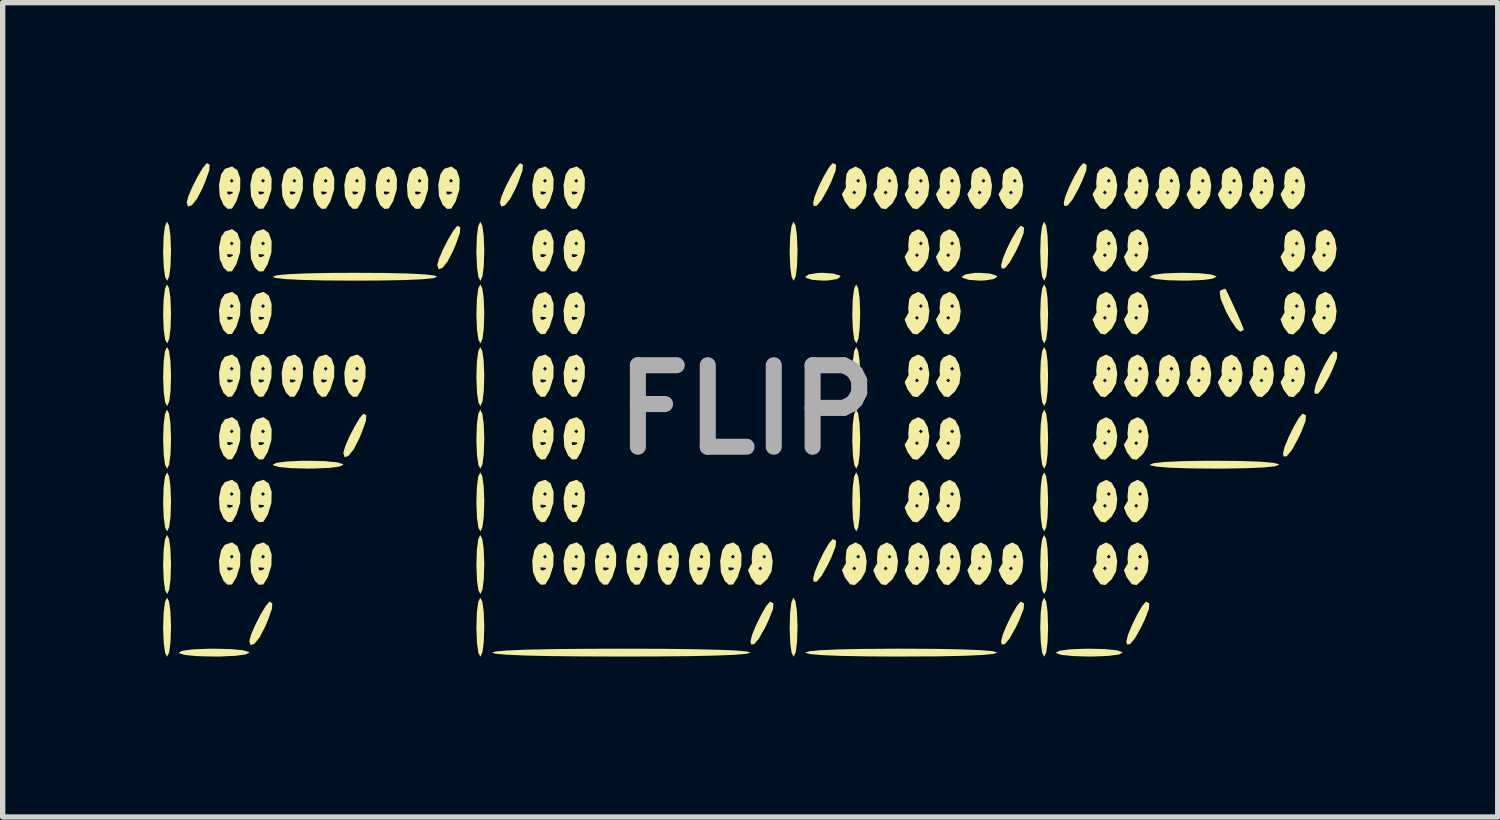
<source format=kicad_pcb>
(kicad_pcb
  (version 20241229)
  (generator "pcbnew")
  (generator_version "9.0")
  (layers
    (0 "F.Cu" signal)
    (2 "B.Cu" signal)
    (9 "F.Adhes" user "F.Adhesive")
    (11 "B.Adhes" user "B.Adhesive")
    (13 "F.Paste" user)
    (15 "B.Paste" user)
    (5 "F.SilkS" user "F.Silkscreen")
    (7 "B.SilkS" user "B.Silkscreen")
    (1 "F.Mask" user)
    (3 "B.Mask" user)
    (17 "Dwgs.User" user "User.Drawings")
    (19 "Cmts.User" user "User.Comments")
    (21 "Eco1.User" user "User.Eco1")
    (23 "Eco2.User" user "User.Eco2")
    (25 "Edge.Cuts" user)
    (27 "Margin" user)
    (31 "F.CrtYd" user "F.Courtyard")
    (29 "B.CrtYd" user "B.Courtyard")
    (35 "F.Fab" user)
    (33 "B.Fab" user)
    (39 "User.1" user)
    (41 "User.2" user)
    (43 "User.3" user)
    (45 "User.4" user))
  (footprint "FLIP"
    (layer "F.Cu")
    (at 10.907 4.612)
    (property "Reference" "FLIP" (at 0 0 0) (layer "F.Fab") (effects (font (size 1.524 1.524) (thickness 0.3))))
    (attr board_only exclude_from_pos_files exclude_from_bom)
    (fp_poly (pts (xy 1.624 -2.547) (xy 1.742 -2.511) (xy 1.757 -2.489) (xy 1.691 -2.445) (xy 1.526 -2.419) (xy 1.427 -2.416) (xy 1.231 -2.43) (xy 1.113 -2.467) (xy 1.098 -2.489) (xy 1.163 -2.532) (xy 1.329 -2.559) (xy 1.427 -2.562)) (stroke (width 0) (type solid)) (fill yes) (layer "F.SilkS"))
    (fp_poly (pts (xy 4.552 -2.547) (xy 4.67 -2.511) (xy 4.685 -2.489) (xy 4.619 -2.445) (xy 4.454 -2.419) (xy 4.355 -2.416) (xy 4.159 -2.43) (xy 4.041 -2.467) (xy 4.026 -2.489) (xy 4.091 -2.532) (xy 4.257 -2.559) (xy 4.355 -2.562)) (stroke (width 0) (type solid)) (fill yes) (layer "F.SilkS"))
    (fp_poly (pts (xy -10.037 -4.582) (xy -10.045 -4.477) (xy -10.116 -4.277) (xy -10.172 -4.142) (xy -10.275 -3.944) (xy -10.372 -3.824) (xy -10.443 -3.8) (xy -10.467 -3.878) (xy -10.436 -3.993) (xy -10.36 -4.171) (xy -10.261 -4.364) (xy -10.165 -4.525) (xy -10.096 -4.608) (xy -10.087 -4.612)) (stroke (width 0) (type solid)) (fill yes) (layer "F.SilkS"))
    (fp_poly (pts (xy -8.866 3.617) (xy -8.874 3.721) (xy -8.945 3.922) (xy -9.001 4.056) (xy -9.104 4.254) (xy -9.201 4.374) (xy -9.272 4.398) (xy -9.296 4.321) (xy -9.265 4.205) (xy -9.188 4.027) (xy -9.09 3.835) (xy -8.994 3.673) (xy -8.925 3.59) (xy -8.916 3.587)) (stroke (width 0) (type solid)) (fill yes) (layer "F.SilkS"))
    (fp_poly (pts (xy -7.109 0.103) (xy -7.117 0.207) (xy -7.188 0.408) (xy -7.244 0.543) (xy -7.347 0.741) (xy -7.444 0.861) (xy -7.515 0.885) (xy -7.539 0.807) (xy -7.508 0.692) (xy -7.432 0.514) (xy -7.333 0.321) (xy -7.237 0.16) (xy -7.168 0.076) (xy -7.159 0.073)) (stroke (width 0) (type solid)) (fill yes) (layer "F.SilkS"))
    (fp_poly (pts (xy -5.352 -3.411) (xy -5.36 -3.306) (xy -5.431 -3.105) (xy -5.487 -2.971) (xy -5.59 -2.773) (xy -5.687 -2.653) (xy -5.758 -2.629) (xy -5.783 -2.706) (xy -5.752 -2.822) (xy -5.675 -3) (xy -5.576 -3.192) (xy -5.48 -3.354) (xy -5.411 -3.437) (xy -5.402 -3.44)) (stroke (width 0) (type solid)) (fill yes) (layer "F.SilkS"))
    (fp_poly (pts (xy -4.181 -4.582) (xy -4.189 -4.477) (xy -4.26 -4.277) (xy -4.316 -4.142) (xy -4.419 -3.944) (xy -4.516 -3.824) (xy -4.587 -3.8) (xy -4.612 -3.878) (xy -4.581 -3.993) (xy -4.504 -4.171) (xy -4.405 -4.364) (xy -4.309 -4.525) (xy -4.24 -4.608) (xy -4.231 -4.612)) (stroke (width 0) (type solid)) (fill yes) (layer "F.SilkS"))
    (fp_poly (pts (xy 0.502 3.618) (xy 0.494 3.724) (xy 0.415 3.925) (xy 0.351 4.061) (xy 0.235 4.269) (xy 0.141 4.382) (xy 0.084 4.385) (xy 0.073 4.328) (xy 0.103 4.205) (xy 0.178 4.023) (xy 0.274 3.828) (xy 0.367 3.667) (xy 0.435 3.589) (xy 0.443 3.587)) (stroke (width 0) (type solid)) (fill yes) (layer "F.SilkS"))
    (fp_poly (pts (xy 1.673 -4.581) (xy 1.665 -4.475) (xy 1.587 -4.274) (xy 1.523 -4.138) (xy 1.406 -3.929) (xy 1.312 -3.816) (xy 1.255 -3.813) (xy 1.244 -3.87) (xy 1.274 -3.993) (xy 1.349 -4.176) (xy 1.445 -4.37) (xy 1.539 -4.531) (xy 1.607 -4.61) (xy 1.614 -4.612)) (stroke (width 0) (type solid)) (fill yes) (layer "F.SilkS"))
    (fp_poly (pts (xy 1.673 2.446) (xy 1.665 2.552) (xy 1.587 2.754) (xy 1.523 2.889) (xy 1.406 3.098) (xy 1.312 3.211) (xy 1.255 3.214) (xy 1.244 3.157) (xy 1.274 3.034) (xy 1.349 2.852) (xy 1.445 2.657) (xy 1.539 2.496) (xy 1.607 2.417) (xy 1.614 2.416)) (stroke (width 0) (type solid)) (fill yes) (layer "F.SilkS"))
    (fp_poly (pts (xy 5.187 -3.409) (xy 5.179 -3.303) (xy 5.1 -3.102) (xy 5.036 -2.967) (xy 4.92 -2.758) (xy 4.826 -2.645) (xy 4.768 -2.642) (xy 4.758 -2.699) (xy 4.788 -2.822) (xy 4.863 -3.004) (xy 4.959 -3.199) (xy 5.052 -3.36) (xy 5.12 -3.438) (xy 5.127 -3.44)) (stroke (width 0) (type solid)) (fill yes) (layer "F.SilkS"))
    (fp_poly (pts (xy 5.187 3.618) (xy 5.179 3.724) (xy 5.1 3.925) (xy 5.036 4.061) (xy 4.92 4.269) (xy 4.826 4.382) (xy 4.768 4.385) (xy 4.758 4.328) (xy 4.788 4.205) (xy 4.863 4.023) (xy 4.959 3.828) (xy 5.052 3.667) (xy 5.12 3.589) (xy 5.127 3.587)) (stroke (width 0) (type solid)) (fill yes) (layer "F.SilkS"))
    (fp_poly (pts (xy 6.358 -4.581) (xy 6.35 -4.475) (xy 6.271 -4.274) (xy 6.207 -4.138) (xy 6.091 -3.929) (xy 5.997 -3.816) (xy 5.939 -3.813) (xy 5.929 -3.87) (xy 5.959 -3.993) (xy 6.034 -4.176) (xy 6.13 -4.37) (xy 6.223 -4.531) (xy 6.291 -4.61) (xy 6.299 -4.612)) (stroke (width 0) (type solid)) (fill yes) (layer "F.SilkS"))
    (fp_poly (pts (xy 7.529 3.618) (xy 7.521 3.724) (xy 7.443 3.925) (xy 7.378 4.061) (xy 7.262 4.269) (xy 7.168 4.382) (xy 7.111 4.385) (xy 7.1 4.328) (xy 7.13 4.205) (xy 7.205 4.023) (xy 7.301 3.828) (xy 7.395 3.667) (xy 7.462 3.589) (xy 7.47 3.587)) (stroke (width 0) (type solid)) (fill yes) (layer "F.SilkS"))
    (fp_poly (pts (xy 10.457 0.104) (xy 10.449 0.21) (xy 10.371 0.411) (xy 10.306 0.547) (xy 10.19 0.756) (xy 10.096 0.869) (xy 10.039 0.871) (xy 10.028 0.814) (xy 10.058 0.692) (xy 10.133 0.509) (xy 10.229 0.314) (xy 10.322 0.154) (xy 10.39 0.075) (xy 10.398 0.073)) (stroke (width 0) (type solid)) (fill yes) (layer "F.SilkS"))
    (fp_poly (pts (xy 11.043 -1.067) (xy 11.035 -0.961) (xy 10.956 -0.76) (xy 10.892 -0.624) (xy 10.776 -0.416) (xy 10.682 -0.303) (xy 10.624 -0.3) (xy 10.614 -0.357) (xy 10.644 -0.48) (xy 10.719 -0.662) (xy 10.814 -0.857) (xy 10.908 -1.017) (xy 10.976 -1.096) (xy 10.983 -1.098)) (stroke (width 0) (type solid)) (fill yes) (layer "F.SilkS"))
    (fp_poly (pts (xy -10.797 -3.445) (xy -10.771 -3.261) (xy -10.76 -2.99) (xy -10.76 -2.965) (xy -10.769 -2.688) (xy -10.794 -2.495) (xy -10.83 -2.416) (xy -10.833 -2.416) (xy -10.87 -2.484) (xy -10.896 -2.668) (xy -10.907 -2.939) (xy -10.907 -2.965) (xy -10.898 -3.241) (xy -10.873 -3.434) (xy -10.837 -3.513) (xy -10.833 -3.514)) (stroke (width 0) (type solid)) (fill yes) (layer "F.SilkS"))
    (fp_poly (pts (xy -10.797 -2.274) (xy -10.771 -2.09) (xy -10.76 -1.819) (xy -10.76 -1.793) (xy -10.769 -1.517) (xy -10.794 -1.324) (xy -10.83 -1.245) (xy -10.833 -1.244) (xy -10.87 -1.313) (xy -10.896 -1.497) (xy -10.907 -1.768) (xy -10.907 -1.793) (xy -10.898 -2.07) (xy -10.873 -2.263) (xy -10.837 -2.342) (xy -10.833 -2.342)) (stroke (width 0) (type solid)) (fill yes) (layer "F.SilkS"))
    (fp_poly (pts (xy -10.797 -1.103) (xy -10.771 -0.919) (xy -10.76 -0.648) (xy -10.76 -0.622) (xy -10.769 -0.346) (xy -10.794 -0.153) (xy -10.83 -0.074) (xy -10.833 -0.073) (xy -10.87 -0.141) (xy -10.896 -0.326) (xy -10.907 -0.596) (xy -10.907 -0.622) (xy -10.898 -0.899) (xy -10.873 -1.092) (xy -10.837 -1.171) (xy -10.833 -1.171)) (stroke (width 0) (type solid)) (fill yes) (layer "F.SilkS"))
    (fp_poly (pts (xy -10.797 0.068) (xy -10.771 0.253) (xy -10.76 0.523) (xy -10.76 0.549) (xy -10.769 0.826) (xy -10.794 1.018) (xy -10.83 1.097) (xy -10.833 1.098) (xy -10.87 1.03) (xy -10.896 0.845) (xy -10.907 0.575) (xy -10.907 0.549) (xy -10.898 0.272) (xy -10.873 0.08) (xy -10.837 0.001) (xy -10.833 0)) (stroke (width 0) (type solid)) (fill yes) (layer "F.SilkS"))
    (fp_poly (pts (xy -10.797 1.239) (xy -10.771 1.424) (xy -10.76 1.694) (xy -10.76 1.72) (xy -10.769 1.997) (xy -10.794 2.19) (xy -10.83 2.269) (xy -10.833 2.269) (xy -10.87 2.201) (xy -10.896 2.017) (xy -10.907 1.746) (xy -10.907 1.72) (xy -10.898 1.444) (xy -10.873 1.251) (xy -10.837 1.172) (xy -10.833 1.171)) (stroke (width 0) (type solid)) (fill yes) (layer "F.SilkS"))
    (fp_poly (pts (xy -10.797 2.41) (xy -10.771 2.595) (xy -10.76 2.866) (xy -10.76 2.891) (xy -10.769 3.168) (xy -10.794 3.361) (xy -10.83 3.44) (xy -10.833 3.44) (xy -10.87 3.372) (xy -10.896 3.188) (xy -10.907 2.917) (xy -10.907 2.891) (xy -10.898 2.615) (xy -10.873 2.422) (xy -10.837 2.343) (xy -10.833 2.342)) (stroke (width 0) (type solid)) (fill yes) (layer "F.SilkS"))
    (fp_poly (pts (xy -10.797 3.582) (xy -10.771 3.766) (xy -10.76 4.037) (xy -10.76 4.063) (xy -10.769 4.339) (xy -10.794 4.532) (xy -10.83 4.611) (xy -10.833 4.612) (xy -10.87 4.543) (xy -10.896 4.359) (xy -10.907 4.088) (xy -10.907 4.063) (xy -10.898 3.786) (xy -10.873 3.593) (xy -10.837 3.514) (xy -10.833 3.514)) (stroke (width 0) (type solid)) (fill yes) (layer "F.SilkS"))
    (fp_poly (pts (xy -9.639 4.473) (xy -9.414 4.494) (xy -9.304 4.526) (xy -9.296 4.538) (xy -9.365 4.573) (xy -9.557 4.598) (xy -9.846 4.611) (xy -9.955 4.612) (xy -10.271 4.604) (xy -10.496 4.583) (xy -10.607 4.55) (xy -10.614 4.538) (xy -10.545 4.503) (xy -10.353 4.478) (xy -10.064 4.466) (xy -9.955 4.465)) (stroke (width 0) (type solid)) (fill yes) (layer "F.SilkS"))
    (fp_poly (pts (xy -7.883 0.959) (xy -7.657 0.981) (xy -7.547 1.013) (xy -7.539 1.025) (xy -7.609 1.06) (xy -7.8 1.085) (xy -8.089 1.097) (xy -8.198 1.098) (xy -8.514 1.09) (xy -8.739 1.069) (xy -8.85 1.037) (xy -8.857 1.025) (xy -8.788 0.99) (xy -8.597 0.965) (xy -8.307 0.952) (xy -8.198 0.952)) (stroke (width 0) (type solid)) (fill yes) (layer "F.SilkS"))
    (fp_poly (pts (xy -4.941 -3.445) (xy -4.915 -3.261) (xy -4.904 -2.99) (xy -4.904 -2.965) (xy -4.913 -2.688) (xy -4.938 -2.495) (xy -4.974 -2.416) (xy -4.978 -2.416) (xy -5.014 -2.484) (xy -5.04 -2.668) (xy -5.051 -2.939) (xy -5.051 -2.965) (xy -5.042 -3.241) (xy -5.017 -3.434) (xy -4.981 -3.513) (xy -4.978 -3.514)) (stroke (width 0) (type solid)) (fill yes) (layer "F.SilkS"))
    (fp_poly (pts (xy -4.941 -2.274) (xy -4.915 -2.09) (xy -4.904 -1.819) (xy -4.904 -1.793) (xy -4.913 -1.517) (xy -4.938 -1.324) (xy -4.974 -1.245) (xy -4.978 -1.244) (xy -5.014 -1.313) (xy -5.04 -1.497) (xy -5.051 -1.768) (xy -5.051 -1.793) (xy -5.042 -2.07) (xy -5.017 -2.263) (xy -4.981 -2.342) (xy -4.978 -2.342)) (stroke (width 0) (type solid)) (fill yes) (layer "F.SilkS"))
    (fp_poly (pts (xy -4.941 -1.103) (xy -4.915 -0.919) (xy -4.904 -0.648) (xy -4.904 -0.622) (xy -4.913 -0.346) (xy -4.938 -0.153) (xy -4.974 -0.074) (xy -4.978 -0.073) (xy -5.014 -0.141) (xy -5.04 -0.326) (xy -5.051 -0.596) (xy -5.051 -0.622) (xy -5.042 -0.899) (xy -5.017 -1.092) (xy -4.981 -1.171) (xy -4.978 -1.171)) (stroke (width 0) (type solid)) (fill yes) (layer "F.SilkS"))
    (fp_poly (pts (xy -4.941 0.068) (xy -4.915 0.253) (xy -4.904 0.523) (xy -4.904 0.549) (xy -4.913 0.826) (xy -4.938 1.018) (xy -4.974 1.097) (xy -4.978 1.098) (xy -5.014 1.03) (xy -5.04 0.845) (xy -5.051 0.575) (xy -5.051 0.549) (xy -5.042 0.272) (xy -5.017 0.08) (xy -4.981 0.001) (xy -4.978 0)) (stroke (width 0) (type solid)) (fill yes) (layer "F.SilkS"))
    (fp_poly (pts (xy -4.941 1.239) (xy -4.915 1.424) (xy -4.904 1.694) (xy -4.904 1.72) (xy -4.913 1.997) (xy -4.938 2.19) (xy -4.974 2.269) (xy -4.978 2.269) (xy -5.014 2.201) (xy -5.04 2.017) (xy -5.051 1.746) (xy -5.051 1.72) (xy -5.042 1.444) (xy -5.017 1.251) (xy -4.981 1.172) (xy -4.978 1.171)) (stroke (width 0) (type solid)) (fill yes) (layer "F.SilkS"))
    (fp_poly (pts (xy -4.941 2.41) (xy -4.915 2.595) (xy -4.904 2.866) (xy -4.904 2.891) (xy -4.913 3.168) (xy -4.938 3.361) (xy -4.974 3.44) (xy -4.978 3.44) (xy -5.014 3.372) (xy -5.04 3.188) (xy -5.051 2.917) (xy -5.051 2.891) (xy -5.042 2.615) (xy -5.017 2.422) (xy -4.981 2.343) (xy -4.978 2.342)) (stroke (width 0) (type solid)) (fill yes) (layer "F.SilkS"))
    (fp_poly (pts (xy -4.941 3.582) (xy -4.915 3.766) (xy -4.904 4.037) (xy -4.904 4.063) (xy -4.913 4.339) (xy -4.938 4.532) (xy -4.974 4.611) (xy -4.978 4.612) (xy -5.014 4.543) (xy -5.04 4.359) (xy -5.051 4.088) (xy -5.051 4.063) (xy -5.042 3.786) (xy -5.017 3.593) (xy -4.981 3.514) (xy -4.978 3.514)) (stroke (width 0) (type solid)) (fill yes) (layer "F.SilkS"))
    (fp_poly (pts (xy 0.915 -3.445) (xy 0.941 -3.261) (xy 0.952 -2.99) (xy 0.952 -2.965) (xy 0.943 -2.688) (xy 0.918 -2.495) (xy 0.882 -2.416) (xy 0.878 -2.416) (xy 0.842 -2.484) (xy 0.816 -2.668) (xy 0.805 -2.939) (xy 0.805 -2.965) (xy 0.814 -3.241) (xy 0.839 -3.434) (xy 0.875 -3.513) (xy 0.878 -3.514)) (stroke (width 0) (type solid)) (fill yes) (layer "F.SilkS"))
    (fp_poly (pts (xy 0.915 3.582) (xy 0.941 3.766) (xy 0.952 4.037) (xy 0.952 4.063) (xy 0.943 4.339) (xy 0.918 4.532) (xy 0.882 4.611) (xy 0.878 4.612) (xy 0.842 4.543) (xy 0.816 4.359) (xy 0.805 4.088) (xy 0.805 4.063) (xy 0.814 3.786) (xy 0.839 3.593) (xy 0.875 3.514) (xy 0.878 3.514)) (stroke (width 0) (type solid)) (fill yes) (layer "F.SilkS"))
    (fp_poly (pts (xy 2.086 -2.274) (xy 2.112 -2.09) (xy 2.123 -1.819) (xy 2.123 -1.793) (xy 2.114 -1.517) (xy 2.089 -1.324) (xy 2.053 -1.245) (xy 2.05 -1.244) (xy 2.013 -1.313) (xy 1.987 -1.497) (xy 1.976 -1.768) (xy 1.976 -1.793) (xy 1.985 -2.07) (xy 2.01 -2.263) (xy 2.046 -2.342) (xy 2.05 -2.342)) (stroke (width 0) (type solid)) (fill yes) (layer "F.SilkS"))
    (fp_poly (pts (xy 2.086 -1.103) (xy 2.112 -0.919) (xy 2.123 -0.648) (xy 2.123 -0.622) (xy 2.114 -0.346) (xy 2.089 -0.153) (xy 2.053 -0.074) (xy 2.05 -0.073) (xy 2.013 -0.141) (xy 1.987 -0.326) (xy 1.976 -0.596) (xy 1.976 -0.622) (xy 1.985 -0.899) (xy 2.01 -1.092) (xy 2.046 -1.171) (xy 2.05 -1.171)) (stroke (width 0) (type solid)) (fill yes) (layer "F.SilkS"))
    (fp_poly (pts (xy 2.086 0.068) (xy 2.112 0.253) (xy 2.123 0.523) (xy 2.123 0.549) (xy 2.114 0.826) (xy 2.089 1.018) (xy 2.053 1.097) (xy 2.05 1.098) (xy 2.013 1.03) (xy 1.987 0.845) (xy 1.976 0.575) (xy 1.976 0.549) (xy 1.985 0.272) (xy 2.01 0.08) (xy 2.046 0.001) (xy 2.05 0)) (stroke (width 0) (type solid)) (fill yes) (layer "F.SilkS"))
    (fp_poly (pts (xy 2.086 1.239) (xy 2.112 1.424) (xy 2.123 1.694) (xy 2.123 1.72) (xy 2.114 1.997) (xy 2.089 2.19) (xy 2.053 2.269) (xy 2.05 2.269) (xy 2.013 2.201) (xy 1.987 2.017) (xy 1.976 1.746) (xy 1.976 1.72) (xy 1.985 1.444) (xy 2.01 1.251) (xy 2.046 1.172) (xy 2.05 1.171)) (stroke (width 0) (type solid)) (fill yes) (layer "F.SilkS"))
    (fp_poly (pts (xy 5.6 -3.445) (xy 5.626 -3.261) (xy 5.636 -2.99) (xy 5.636 -2.965) (xy 5.627 -2.688) (xy 5.603 -2.495) (xy 5.567 -2.416) (xy 5.563 -2.416) (xy 5.526 -2.484) (xy 5.501 -2.668) (xy 5.49 -2.939) (xy 5.49 -2.965) (xy 5.499 -3.241) (xy 5.524 -3.434) (xy 5.56 -3.513) (xy 5.563 -3.514)) (stroke (width 0) (type solid)) (fill yes) (layer "F.SilkS"))
    (fp_poly (pts (xy 5.6 -2.274) (xy 5.626 -2.09) (xy 5.636 -1.819) (xy 5.636 -1.793) (xy 5.627 -1.517) (xy 5.603 -1.324) (xy 5.567 -1.245) (xy 5.563 -1.244) (xy 5.526 -1.313) (xy 5.501 -1.497) (xy 5.49 -1.768) (xy 5.49 -1.793) (xy 5.499 -2.07) (xy 5.524 -2.263) (xy 5.56 -2.342) (xy 5.563 -2.342)) (stroke (width 0) (type solid)) (fill yes) (layer "F.SilkS"))
    (fp_poly (pts (xy 5.6 -1.103) (xy 5.626 -0.919) (xy 5.636 -0.648) (xy 5.636 -0.622) (xy 5.627 -0.346) (xy 5.603 -0.153) (xy 5.567 -0.074) (xy 5.563 -0.073) (xy 5.526 -0.141) (xy 5.501 -0.326) (xy 5.49 -0.596) (xy 5.49 -0.622) (xy 5.499 -0.899) (xy 5.524 -1.092) (xy 5.56 -1.171) (xy 5.563 -1.171)) (stroke (width 0) (type solid)) (fill yes) (layer "F.SilkS"))
    (fp_poly (pts (xy 5.6 0.068) (xy 5.626 0.253) (xy 5.636 0.523) (xy 5.636 0.549) (xy 5.627 0.826) (xy 5.603 1.018) (xy 5.567 1.097) (xy 5.563 1.098) (xy 5.526 1.03) (xy 5.501 0.845) (xy 5.49 0.575) (xy 5.49 0.549) (xy 5.499 0.272) (xy 5.524 0.08) (xy 5.56 0.001) (xy 5.563 0)) (stroke (width 0) (type solid)) (fill yes) (layer "F.SilkS"))
    (fp_poly (pts (xy 5.6 1.239) (xy 5.626 1.424) (xy 5.636 1.694) (xy 5.636 1.72) (xy 5.627 1.997) (xy 5.603 2.19) (xy 5.567 2.269) (xy 5.563 2.269) (xy 5.526 2.201) (xy 5.501 2.017) (xy 5.49 1.746) (xy 5.49 1.72) (xy 5.499 1.444) (xy 5.524 1.251) (xy 5.56 1.172) (xy 5.563 1.171)) (stroke (width 0) (type solid)) (fill yes) (layer "F.SilkS"))
    (fp_poly (pts (xy 5.6 2.41) (xy 5.626 2.595) (xy 5.636 2.866) (xy 5.636 2.891) (xy 5.627 3.168) (xy 5.603 3.361) (xy 5.567 3.44) (xy 5.563 3.44) (xy 5.526 3.372) (xy 5.501 3.188) (xy 5.49 2.917) (xy 5.49 2.891) (xy 5.499 2.615) (xy 5.524 2.422) (xy 5.56 2.343) (xy 5.563 2.342)) (stroke (width 0) (type solid)) (fill yes) (layer "F.SilkS"))
    (fp_poly (pts (xy 5.6 3.582) (xy 5.626 3.766) (xy 5.636 4.037) (xy 5.636 4.063) (xy 5.627 4.339) (xy 5.603 4.532) (xy 5.567 4.611) (xy 5.563 4.612) (xy 5.526 4.543) (xy 5.501 4.359) (xy 5.49 4.088) (xy 5.49 4.063) (xy 5.499 3.786) (xy 5.524 3.593) (xy 5.56 3.514) (xy 5.563 3.514)) (stroke (width 0) (type solid)) (fill yes) (layer "F.SilkS"))
    (fp_poly (pts (xy 6.708 4.473) (xy 6.922 4.495) (xy 7.023 4.529) (xy 7.027 4.538) (xy 6.958 4.574) (xy 6.769 4.599) (xy 6.485 4.611) (xy 6.405 4.612) (xy 6.102 4.603) (xy 5.887 4.581) (xy 5.787 4.548) (xy 5.783 4.538) (xy 5.852 4.503) (xy 6.041 4.477) (xy 6.325 4.466) (xy 6.405 4.465)) (stroke (width 0) (type solid)) (fill yes) (layer "F.SilkS"))
    (fp_poly (pts (xy 8.465 -2.554) (xy 8.679 -2.532) (xy 8.78 -2.498) (xy 8.784 -2.489) (xy 8.715 -2.453) (xy 8.526 -2.428) (xy 8.242 -2.416) (xy 8.162 -2.416) (xy 7.859 -2.424) (xy 7.644 -2.446) (xy 7.544 -2.479) (xy 7.539 -2.489) (xy 7.608 -2.524) (xy 7.798 -2.55) (xy 8.081 -2.561) (xy 8.162 -2.562)) (stroke (width 0) (type solid)) (fill yes) (layer "F.SilkS"))
    (fp_poly (pts (xy 8.955 -2.258) (xy 9.008 -2.153) (xy 9.09 -1.977) (xy 9.18 -1.779) (xy 9.255 -1.606) (xy 9.294 -1.507) (xy 9.296 -1.499) (xy 9.24 -1.465) (xy 9.224 -1.464) (xy 9.154 -1.524) (xy 9.05 -1.679) (xy 8.969 -1.826) (xy 8.864 -2.069) (xy 8.844 -2.21) (xy 8.863 -2.236) (xy 8.944 -2.264)) (stroke (width 0) (type solid)) (fill yes) (layer "F.SilkS"))
    (fp_poly (pts (xy -6.765 -2.559) (xy -6.326 -2.549) (xy -6.011 -2.532) (xy -5.829 -2.51) (xy -5.783 -2.489) (xy -5.855 -2.462) (xy -6.065 -2.441) (xy -6.405 -2.426) (xy -6.868 -2.418) (xy -7.32 -2.416) (xy -7.875 -2.419) (xy -8.314 -2.429) (xy -8.628 -2.445) (xy -8.811 -2.467) (xy -8.857 -2.489) (xy -8.785 -2.515) (xy -8.575 -2.536) (xy -8.234 -2.551) (xy -7.771 -2.56) (xy -7.32 -2.562)) (stroke (width 0) (type solid)) (fill yes) (layer "F.SilkS"))
    (fp_poly (pts (xy 9.223 0.956) (xy 9.59 0.968) (xy 9.835 0.988) (xy 9.948 1.015) (xy 9.955 1.025) (xy 9.884 1.054) (xy 9.677 1.076) (xy 9.346 1.091) (xy 8.902 1.098) (xy 8.747 1.098) (xy 8.271 1.094) (xy 7.905 1.081) (xy 7.66 1.061) (xy 7.546 1.034) (xy 7.539 1.025) (xy 7.611 0.996) (xy 7.817 0.974) (xy 8.148 0.959) (xy 8.592 0.952) (xy 8.747 0.952)) (stroke (width 0) (type solid)) (fill yes) (layer "F.SilkS"))
    (fp_poly (pts (xy -1.612 4.467) (xy -1.007 4.474) (xy -0.532 4.485) (xy -0.191 4.499) (xy 0.012 4.518) (xy 0.073 4.538) (xy 0.001 4.56) (xy -0.214 4.579) (xy -0.566 4.593) (xy -1.052 4.604) (xy -1.668 4.61) (xy -2.342 4.612) (xy -3.073 4.609) (xy -3.678 4.603) (xy -4.153 4.592) (xy -4.494 4.577) (xy -4.697 4.559) (xy -4.758 4.538) (xy -4.685 4.516) (xy -4.471 4.498) (xy -4.118 4.483) (xy -3.632 4.473) (xy -3.017 4.467) (xy -2.342 4.465)) (stroke (width 0) (type solid)) (fill yes) (layer "F.SilkS"))
    (fp_poly (pts (xy 3.502 4.468) (xy 3.993 4.477) (xy 4.357 4.491) (xy 4.59 4.51) (xy 4.683 4.534) (xy 4.685 4.538) (xy 4.613 4.563) (xy 4.401 4.583) (xy 4.055 4.598) (xy 3.583 4.608) (xy 2.99 4.611) (xy 2.891 4.612) (xy 2.281 4.609) (xy 1.79 4.6) (xy 1.425 4.586) (xy 1.193 4.567) (xy 1.1 4.542) (xy 1.098 4.538) (xy 1.17 4.513) (xy 1.382 4.493) (xy 1.727 4.478) (xy 2.2 4.469) (xy 2.793 4.465) (xy 2.891 4.465)) (stroke (width 0) (type solid)) (fill yes) (layer "F.SilkS"))
    (fp_poly (pts (xy -9.518 -4.478) (xy -9.464 -4.324) (xy -9.468 -4.117) (xy -9.537 -3.898) (xy -9.62 -3.762) (xy -9.701 -3.757) (xy -9.779 -3.83) (xy -9.849 -3.992) (xy -9.855 -4.075) (xy -9.711 -4.075) (xy -9.701 -4.031) (xy -9.662 -4.026) (xy -9.602 -4.053) (xy -9.613 -4.075) (xy -9.7 -4.083) (xy -9.711 -4.075) (xy -9.855 -4.075) (xy -9.863 -4.206) (xy -9.848 -4.282) (xy -9.662 -4.282) (xy -9.626 -4.246) (xy -9.589 -4.282) (xy -9.626 -4.319) (xy -9.662 -4.282) (xy -9.848 -4.282) (xy -9.823 -4.404) (xy -9.753 -4.506) (xy -9.618 -4.549)) (stroke (width 0) (type solid)) (fill yes) (layer "F.SilkS"))
    (fp_poly (pts (xy -9.518 -3.307) (xy -9.464 -3.152) (xy -9.468 -2.946) (xy -9.537 -2.727) (xy -9.62 -2.59) (xy -9.701 -2.586) (xy -9.779 -2.659) (xy -9.849 -2.821) (xy -9.855 -2.904) (xy -9.711 -2.904) (xy -9.701 -2.86) (xy -9.662 -2.855) (xy -9.602 -2.882) (xy -9.613 -2.904) (xy -9.7 -2.912) (xy -9.711 -2.904) (xy -9.855 -2.904) (xy -9.863 -3.035) (xy -9.848 -3.111) (xy -9.662 -3.111) (xy -9.626 -3.074) (xy -9.589 -3.111) (xy -9.626 -3.148) (xy -9.662 -3.111) (xy -9.848 -3.111) (xy -9.823 -3.233) (xy -9.753 -3.335) (xy -9.618 -3.378)) (stroke (width 0) (type solid)) (fill yes) (layer "F.SilkS"))
    (fp_poly (pts (xy -9.518 -2.135) (xy -9.464 -1.981) (xy -9.468 -1.775) (xy -9.537 -1.555) (xy -9.62 -1.419) (xy -9.701 -1.415) (xy -9.779 -1.488) (xy -9.849 -1.65) (xy -9.855 -1.732) (xy -9.711 -1.732) (xy -9.701 -1.689) (xy -9.662 -1.684) (xy -9.602 -1.71) (xy -9.613 -1.732) (xy -9.7 -1.741) (xy -9.711 -1.732) (xy -9.855 -1.732) (xy -9.863 -1.864) (xy -9.848 -1.94) (xy -9.662 -1.94) (xy -9.626 -1.903) (xy -9.589 -1.94) (xy -9.626 -1.976) (xy -9.662 -1.94) (xy -9.848 -1.94) (xy -9.823 -2.062) (xy -9.753 -2.164) (xy -9.618 -2.206)) (stroke (width 0) (type solid)) (fill yes) (layer "F.SilkS"))
    (fp_poly (pts (xy -9.518 -0.964) (xy -9.464 -0.81) (xy -9.468 -0.604) (xy -9.537 -0.384) (xy -9.62 -0.248) (xy -9.701 -0.243) (xy -9.779 -0.317) (xy -9.849 -0.479) (xy -9.855 -0.561) (xy -9.711 -0.561) (xy -9.701 -0.518) (xy -9.662 -0.512) (xy -9.602 -0.539) (xy -9.613 -0.561) (xy -9.7 -0.57) (xy -9.711 -0.561) (xy -9.855 -0.561) (xy -9.863 -0.693) (xy -9.848 -0.769) (xy -9.662 -0.769) (xy -9.626 -0.732) (xy -9.589 -0.769) (xy -9.626 -0.805) (xy -9.662 -0.769) (xy -9.848 -0.769) (xy -9.823 -0.89) (xy -9.753 -0.993) (xy -9.618 -1.035)) (stroke (width 0) (type solid)) (fill yes) (layer "F.SilkS"))
    (fp_poly (pts (xy -9.518 0.207) (xy -9.464 0.361) (xy -9.468 0.567) (xy -9.537 0.787) (xy -9.62 0.923) (xy -9.701 0.928) (xy -9.779 0.854) (xy -9.849 0.692) (xy -9.855 0.61) (xy -9.711 0.61) (xy -9.701 0.654) (xy -9.662 0.659) (xy -9.602 0.632) (xy -9.613 0.61) (xy -9.7 0.601) (xy -9.711 0.61) (xy -9.855 0.61) (xy -9.863 0.479) (xy -9.848 0.403) (xy -9.662 0.403) (xy -9.626 0.439) (xy -9.589 0.403) (xy -9.626 0.366) (xy -9.662 0.403) (xy -9.848 0.403) (xy -9.823 0.281) (xy -9.753 0.178) (xy -9.618 0.136)) (stroke (width 0) (type solid)) (fill yes) (layer "F.SilkS"))
    (fp_poly (pts (xy -9.518 1.378) (xy -9.464 1.532) (xy -9.468 1.739) (xy -9.537 1.958) (xy -9.62 2.094) (xy -9.701 2.099) (xy -9.779 2.026) (xy -9.849 1.864) (xy -9.855 1.781) (xy -9.711 1.781) (xy -9.701 1.825) (xy -9.662 1.83) (xy -9.602 1.803) (xy -9.613 1.781) (xy -9.7 1.772) (xy -9.711 1.781) (xy -9.855 1.781) (xy -9.863 1.65) (xy -9.848 1.574) (xy -9.662 1.574) (xy -9.626 1.61) (xy -9.589 1.574) (xy -9.626 1.537) (xy -9.662 1.574) (xy -9.848 1.574) (xy -9.823 1.452) (xy -9.753 1.35) (xy -9.618 1.307)) (stroke (width 0) (type solid)) (fill yes) (layer "F.SilkS"))
    (fp_poly (pts (xy -9.518 2.549) (xy -9.464 2.703) (xy -9.468 2.91) (xy -9.537 3.129) (xy -9.62 3.265) (xy -9.701 3.27) (xy -9.779 3.197) (xy -9.849 3.035) (xy -9.855 2.952) (xy -9.711 2.952) (xy -9.701 2.996) (xy -9.662 3.001) (xy -9.602 2.974) (xy -9.613 2.952) (xy -9.7 2.944) (xy -9.711 2.952) (xy -9.855 2.952) (xy -9.863 2.821) (xy -9.848 2.745) (xy -9.662 2.745) (xy -9.626 2.782) (xy -9.589 2.745) (xy -9.626 2.708) (xy -9.662 2.745) (xy -9.848 2.745) (xy -9.823 2.623) (xy -9.753 2.521) (xy -9.618 2.478)) (stroke (width 0) (type solid)) (fill yes) (layer "F.SilkS"))
    (fp_poly (pts (xy -8.932 -4.478) (xy -8.879 -4.324) (xy -8.883 -4.117) (xy -8.951 -3.898) (xy -9.034 -3.762) (xy -9.116 -3.757) (xy -9.193 -3.83) (xy -9.264 -3.992) (xy -9.269 -4.075) (xy -9.125 -4.075) (xy -9.115 -4.031) (xy -9.077 -4.026) (xy -9.016 -4.053) (xy -9.028 -4.075) (xy -9.115 -4.083) (xy -9.125 -4.075) (xy -9.269 -4.075) (xy -9.278 -4.206) (xy -9.262 -4.282) (xy -9.077 -4.282) (xy -9.04 -4.246) (xy -9.003 -4.282) (xy -9.04 -4.319) (xy -9.077 -4.282) (xy -9.262 -4.282) (xy -9.238 -4.404) (xy -9.168 -4.506) (xy -9.032 -4.549)) (stroke (width 0) (type solid)) (fill yes) (layer "F.SilkS"))
    (fp_poly (pts (xy -8.932 -3.307) (xy -8.879 -3.152) (xy -8.883 -2.946) (xy -8.951 -2.727) (xy -9.034 -2.59) (xy -9.116 -2.586) (xy -9.193 -2.659) (xy -9.264 -2.821) (xy -9.269 -2.904) (xy -9.125 -2.904) (xy -9.115 -2.86) (xy -9.077 -2.855) (xy -9.016 -2.882) (xy -9.028 -2.904) (xy -9.115 -2.912) (xy -9.125 -2.904) (xy -9.269 -2.904) (xy -9.278 -3.035) (xy -9.262 -3.111) (xy -9.077 -3.111) (xy -9.04 -3.074) (xy -9.003 -3.111) (xy -9.04 -3.148) (xy -9.077 -3.111) (xy -9.262 -3.111) (xy -9.238 -3.233) (xy -9.168 -3.335) (xy -9.032 -3.378)) (stroke (width 0) (type solid)) (fill yes) (layer "F.SilkS"))
    (fp_poly (pts (xy -8.932 -2.135) (xy -8.879 -1.981) (xy -8.883 -1.775) (xy -8.951 -1.555) (xy -9.034 -1.419) (xy -9.116 -1.415) (xy -9.193 -1.488) (xy -9.264 -1.65) (xy -9.269 -1.732) (xy -9.125 -1.732) (xy -9.115 -1.689) (xy -9.077 -1.684) (xy -9.016 -1.71) (xy -9.028 -1.732) (xy -9.115 -1.741) (xy -9.125 -1.732) (xy -9.269 -1.732) (xy -9.278 -1.864) (xy -9.262 -1.94) (xy -9.077 -1.94) (xy -9.04 -1.903) (xy -9.003 -1.94) (xy -9.04 -1.976) (xy -9.077 -1.94) (xy -9.262 -1.94) (xy -9.238 -2.062) (xy -9.168 -2.164) (xy -9.032 -2.206)) (stroke (width 0) (type solid)) (fill yes) (layer "F.SilkS"))
    (fp_poly (pts (xy -8.932 -0.964) (xy -8.879 -0.81) (xy -8.883 -0.604) (xy -8.951 -0.384) (xy -9.034 -0.248) (xy -9.116 -0.243) (xy -9.193 -0.317) (xy -9.264 -0.479) (xy -9.269 -0.561) (xy -9.125 -0.561) (xy -9.115 -0.518) (xy -9.077 -0.512) (xy -9.016 -0.539) (xy -9.028 -0.561) (xy -9.115 -0.57) (xy -9.125 -0.561) (xy -9.269 -0.561) (xy -9.278 -0.693) (xy -9.262 -0.769) (xy -9.077 -0.769) (xy -9.04 -0.732) (xy -9.003 -0.769) (xy -9.04 -0.805) (xy -9.077 -0.769) (xy -9.262 -0.769) (xy -9.238 -0.89) (xy -9.168 -0.993) (xy -9.032 -1.035)) (stroke (width 0) (type solid)) (fill yes) (layer "F.SilkS"))
    (fp_poly (pts (xy -8.932 0.207) (xy -8.879 0.361) (xy -8.883 0.567) (xy -8.951 0.787) (xy -9.034 0.923) (xy -9.116 0.928) (xy -9.193 0.854) (xy -9.264 0.692) (xy -9.269 0.61) (xy -9.125 0.61) (xy -9.115 0.654) (xy -9.077 0.659) (xy -9.016 0.632) (xy -9.028 0.61) (xy -9.115 0.601) (xy -9.125 0.61) (xy -9.269 0.61) (xy -9.278 0.479) (xy -9.262 0.403) (xy -9.077 0.403) (xy -9.04 0.439) (xy -9.003 0.403) (xy -9.04 0.366) (xy -9.077 0.403) (xy -9.262 0.403) (xy -9.238 0.281) (xy -9.168 0.178) (xy -9.032 0.136)) (stroke (width 0) (type solid)) (fill yes) (layer "F.SilkS"))
    (fp_poly (pts (xy -8.932 1.378) (xy -8.879 1.532) (xy -8.883 1.739) (xy -8.951 1.958) (xy -9.034 2.094) (xy -9.116 2.099) (xy -9.193 2.026) (xy -9.264 1.864) (xy -9.269 1.781) (xy -9.125 1.781) (xy -9.115 1.825) (xy -9.077 1.83) (xy -9.016 1.803) (xy -9.028 1.781) (xy -9.115 1.772) (xy -9.125 1.781) (xy -9.269 1.781) (xy -9.278 1.65) (xy -9.262 1.574) (xy -9.077 1.574) (xy -9.04 1.61) (xy -9.003 1.574) (xy -9.04 1.537) (xy -9.077 1.574) (xy -9.262 1.574) (xy -9.238 1.452) (xy -9.168 1.35) (xy -9.032 1.307)) (stroke (width 0) (type solid)) (fill yes) (layer "F.SilkS"))
    (fp_poly (pts (xy -8.932 2.549) (xy -8.879 2.703) (xy -8.883 2.91) (xy -8.951 3.129) (xy -9.034 3.265) (xy -9.116 3.27) (xy -9.193 3.197) (xy -9.264 3.035) (xy -9.269 2.952) (xy -9.125 2.952) (xy -9.115 2.996) (xy -9.077 3.001) (xy -9.016 2.974) (xy -9.028 2.952) (xy -9.115 2.944) (xy -9.125 2.952) (xy -9.269 2.952) (xy -9.278 2.821) (xy -9.262 2.745) (xy -9.077 2.745) (xy -9.04 2.782) (xy -9.003 2.745) (xy -9.04 2.708) (xy -9.077 2.745) (xy -9.262 2.745) (xy -9.238 2.623) (xy -9.168 2.521) (xy -9.032 2.478)) (stroke (width 0) (type solid)) (fill yes) (layer "F.SilkS"))
    (fp_poly (pts (xy -8.347 -4.478) (xy -8.293 -4.324) (xy -8.297 -4.117) (xy -8.365 -3.898) (xy -8.449 -3.762) (xy -8.53 -3.757) (xy -8.608 -3.83) (xy -8.678 -3.992) (xy -8.683 -4.075) (xy -8.54 -4.075) (xy -8.53 -4.031) (xy -8.491 -4.026) (xy -8.431 -4.053) (xy -8.442 -4.075) (xy -8.529 -4.083) (xy -8.54 -4.075) (xy -8.683 -4.075) (xy -8.692 -4.206) (xy -8.677 -4.282) (xy -8.491 -4.282) (xy -8.454 -4.246) (xy -8.418 -4.282) (xy -8.454 -4.319) (xy -8.491 -4.282) (xy -8.677 -4.282) (xy -8.652 -4.404) (xy -8.582 -4.506) (xy -8.447 -4.549)) (stroke (width 0) (type solid)) (fill yes) (layer "F.SilkS"))
    (fp_poly (pts (xy -8.347 -0.964) (xy -8.293 -0.81) (xy -8.297 -0.604) (xy -8.365 -0.384) (xy -8.449 -0.248) (xy -8.53 -0.243) (xy -8.608 -0.317) (xy -8.678 -0.479) (xy -8.683 -0.561) (xy -8.54 -0.561) (xy -8.53 -0.518) (xy -8.491 -0.512) (xy -8.431 -0.539) (xy -8.442 -0.561) (xy -8.529 -0.57) (xy -8.54 -0.561) (xy -8.683 -0.561) (xy -8.692 -0.693) (xy -8.677 -0.769) (xy -8.491 -0.769) (xy -8.454 -0.732) (xy -8.418 -0.769) (xy -8.454 -0.805) (xy -8.491 -0.769) (xy -8.677 -0.769) (xy -8.652 -0.89) (xy -8.582 -0.993) (xy -8.447 -1.035)) (stroke (width 0) (type solid)) (fill yes) (layer "F.SilkS"))
    (fp_poly (pts (xy -7.761 -4.478) (xy -7.707 -4.324) (xy -7.711 -4.117) (xy -7.78 -3.898) (xy -7.863 -3.762) (xy -7.944 -3.757) (xy -8.022 -3.83) (xy -8.092 -3.992) (xy -8.098 -4.075) (xy -7.954 -4.075) (xy -7.944 -4.031) (xy -7.905 -4.026) (xy -7.845 -4.053) (xy -7.857 -4.075) (xy -7.944 -4.083) (xy -7.954 -4.075) (xy -8.098 -4.075) (xy -8.106 -4.206) (xy -8.091 -4.282) (xy -7.905 -4.282) (xy -7.869 -4.246) (xy -7.832 -4.282) (xy -7.869 -4.319) (xy -7.905 -4.282) (xy -8.091 -4.282) (xy -8.067 -4.404) (xy -7.997 -4.506) (xy -7.861 -4.549)) (stroke (width 0) (type solid)) (fill yes) (layer "F.SilkS"))
    (fp_poly (pts (xy -7.761 -0.964) (xy -7.707 -0.81) (xy -7.711 -0.604) (xy -7.78 -0.384) (xy -7.863 -0.248) (xy -7.944 -0.243) (xy -8.022 -0.317) (xy -8.092 -0.479) (xy -8.098 -0.561) (xy -7.954 -0.561) (xy -7.944 -0.518) (xy -7.905 -0.512) (xy -7.845 -0.539) (xy -7.857 -0.561) (xy -7.944 -0.57) (xy -7.954 -0.561) (xy -8.098 -0.561) (xy -8.106 -0.693) (xy -8.091 -0.769) (xy -7.905 -0.769) (xy -7.869 -0.732) (xy -7.832 -0.769) (xy -7.869 -0.805) (xy -7.905 -0.769) (xy -8.091 -0.769) (xy -8.067 -0.89) (xy -7.997 -0.993) (xy -7.861 -1.035)) (stroke (width 0) (type solid)) (fill yes) (layer "F.SilkS"))
    (fp_poly (pts (xy -7.175 -4.478) (xy -7.122 -4.324) (xy -7.126 -4.117) (xy -7.194 -3.898) (xy -7.278 -3.762) (xy -7.359 -3.757) (xy -7.436 -3.83) (xy -7.507 -3.992) (xy -7.512 -4.075) (xy -7.369 -4.075) (xy -7.359 -4.031) (xy -7.32 -4.026) (xy -7.26 -4.053) (xy -7.271 -4.075) (xy -7.358 -4.083) (xy -7.369 -4.075) (xy -7.512 -4.075) (xy -7.521 -4.206) (xy -7.506 -4.282) (xy -7.32 -4.282) (xy -7.283 -4.246) (xy -7.247 -4.282) (xy -7.283 -4.319) (xy -7.32 -4.282) (xy -7.506 -4.282) (xy -7.481 -4.404) (xy -7.411 -4.506) (xy -7.275 -4.549)) (stroke (width 0) (type solid)) (fill yes) (layer "F.SilkS"))
    (fp_poly (pts (xy -7.175 -0.964) (xy -7.122 -0.81) (xy -7.126 -0.604) (xy -7.194 -0.384) (xy -7.278 -0.248) (xy -7.359 -0.243) (xy -7.436 -0.317) (xy -7.507 -0.479) (xy -7.512 -0.561) (xy -7.369 -0.561) (xy -7.359 -0.518) (xy -7.32 -0.512) (xy -7.26 -0.539) (xy -7.271 -0.561) (xy -7.358 -0.57) (xy -7.369 -0.561) (xy -7.512 -0.561) (xy -7.521 -0.693) (xy -7.506 -0.769) (xy -7.32 -0.769) (xy -7.283 -0.732) (xy -7.247 -0.769) (xy -7.283 -0.805) (xy -7.32 -0.769) (xy -7.506 -0.769) (xy -7.481 -0.89) (xy -7.411 -0.993) (xy -7.275 -1.035)) (stroke (width 0) (type solid)) (fill yes) (layer "F.SilkS"))
    (fp_poly (pts (xy -6.59 -4.478) (xy -6.536 -4.324) (xy -6.54 -4.117) (xy -6.609 -3.898) (xy -6.692 -3.762) (xy -6.773 -3.757) (xy -6.851 -3.83) (xy -6.921 -3.992) (xy -6.927 -4.075) (xy -6.783 -4.075) (xy -6.773 -4.031) (xy -6.734 -4.026) (xy -6.674 -4.053) (xy -6.685 -4.075) (xy -6.772 -4.083) (xy -6.783 -4.075) (xy -6.927 -4.075) (xy -6.935 -4.206) (xy -6.92 -4.282) (xy -6.734 -4.282) (xy -6.698 -4.246) (xy -6.661 -4.282) (xy -6.698 -4.319) (xy -6.734 -4.282) (xy -6.92 -4.282) (xy -6.895 -4.404) (xy -6.825 -4.506) (xy -6.69 -4.549)) (stroke (width 0) (type solid)) (fill yes) (layer "F.SilkS"))
    (fp_poly (pts (xy -6.004 -4.478) (xy -5.951 -4.324) (xy -5.955 -4.117) (xy -6.023 -3.898) (xy -6.106 -3.762) (xy -6.188 -3.757) (xy -6.265 -3.83) (xy -6.336 -3.992) (xy -6.341 -4.075) (xy -6.198 -4.075) (xy -6.187 -4.031) (xy -6.149 -4.026) (xy -6.088 -4.053) (xy -6.1 -4.075) (xy -6.187 -4.083) (xy -6.198 -4.075) (xy -6.341 -4.075) (xy -6.35 -4.206) (xy -6.334 -4.282) (xy -6.149 -4.282) (xy -6.112 -4.246) (xy -6.076 -4.282) (xy -6.112 -4.319) (xy -6.149 -4.282) (xy -6.334 -4.282) (xy -6.31 -4.404) (xy -6.24 -4.506) (xy -6.104 -4.549)) (stroke (width 0) (type solid)) (fill yes) (layer "F.SilkS"))
    (fp_poly (pts (xy -5.419 -4.478) (xy -5.365 -4.324) (xy -5.369 -4.117) (xy -5.437 -3.898) (xy -5.521 -3.762) (xy -5.602 -3.757) (xy -5.68 -3.83) (xy -5.75 -3.992) (xy -5.755 -4.075) (xy -5.612 -4.075) (xy -5.602 -4.031) (xy -5.563 -4.026) (xy -5.503 -4.053) (xy -5.514 -4.075) (xy -5.601 -4.083) (xy -5.612 -4.075) (xy -5.755 -4.075) (xy -5.764 -4.206) (xy -5.749 -4.282) (xy -5.563 -4.282) (xy -5.527 -4.246) (xy -5.49 -4.282) (xy -5.527 -4.319) (xy -5.563 -4.282) (xy -5.749 -4.282) (xy -5.724 -4.404) (xy -5.654 -4.506) (xy -5.519 -4.549)) (stroke (width 0) (type solid)) (fill yes) (layer "F.SilkS"))
    (fp_poly (pts (xy -3.662 -4.478) (xy -3.608 -4.324) (xy -3.612 -4.117) (xy -3.681 -3.898) (xy -3.764 -3.762) (xy -3.845 -3.757) (xy -3.923 -3.83) (xy -3.993 -3.992) (xy -3.999 -4.075) (xy -3.855 -4.075) (xy -3.845 -4.031) (xy -3.806 -4.026) (xy -3.746 -4.053) (xy -3.758 -4.075) (xy -3.844 -4.083) (xy -3.855 -4.075) (xy -3.999 -4.075) (xy -4.007 -4.206) (xy -3.992 -4.282) (xy -3.806 -4.282) (xy -3.77 -4.246) (xy -3.733 -4.282) (xy -3.77 -4.319) (xy -3.806 -4.282) (xy -3.992 -4.282) (xy -3.967 -4.404) (xy -3.897 -4.506) (xy -3.762 -4.549)) (stroke (width 0) (type solid)) (fill yes) (layer "F.SilkS"))
    (fp_poly (pts (xy -3.662 -3.307) (xy -3.608 -3.152) (xy -3.612 -2.946) (xy -3.681 -2.727) (xy -3.764 -2.59) (xy -3.845 -2.586) (xy -3.923 -2.659) (xy -3.993 -2.821) (xy -3.999 -2.904) (xy -3.855 -2.904) (xy -3.845 -2.86) (xy -3.806 -2.855) (xy -3.746 -2.882) (xy -3.758 -2.904) (xy -3.844 -2.912) (xy -3.855 -2.904) (xy -3.999 -2.904) (xy -4.007 -3.035) (xy -3.992 -3.111) (xy -3.806 -3.111) (xy -3.77 -3.074) (xy -3.733 -3.111) (xy -3.77 -3.148) (xy -3.806 -3.111) (xy -3.992 -3.111) (xy -3.967 -3.233) (xy -3.897 -3.335) (xy -3.762 -3.378)) (stroke (width 0) (type solid)) (fill yes) (layer "F.SilkS"))
    (fp_poly (pts (xy -3.662 -2.135) (xy -3.608 -1.981) (xy -3.612 -1.775) (xy -3.681 -1.555) (xy -3.764 -1.419) (xy -3.845 -1.415) (xy -3.923 -1.488) (xy -3.993 -1.65) (xy -3.999 -1.732) (xy -3.855 -1.732) (xy -3.845 -1.689) (xy -3.806 -1.684) (xy -3.746 -1.71) (xy -3.758 -1.732) (xy -3.844 -1.741) (xy -3.855 -1.732) (xy -3.999 -1.732) (xy -4.007 -1.864) (xy -3.992 -1.94) (xy -3.806 -1.94) (xy -3.77 -1.903) (xy -3.733 -1.94) (xy -3.77 -1.976) (xy -3.806 -1.94) (xy -3.992 -1.94) (xy -3.967 -2.062) (xy -3.897 -2.164) (xy -3.762 -2.206)) (stroke (width 0) (type solid)) (fill yes) (layer "F.SilkS"))
    (fp_poly (pts (xy -3.662 -0.964) (xy -3.608 -0.81) (xy -3.612 -0.604) (xy -3.681 -0.384) (xy -3.764 -0.248) (xy -3.845 -0.243) (xy -3.923 -0.317) (xy -3.993 -0.479) (xy -3.999 -0.561) (xy -3.855 -0.561) (xy -3.845 -0.518) (xy -3.806 -0.512) (xy -3.746 -0.539) (xy -3.758 -0.561) (xy -3.844 -0.57) (xy -3.855 -0.561) (xy -3.999 -0.561) (xy -4.007 -0.693) (xy -3.992 -0.769) (xy -3.806 -0.769) (xy -3.77 -0.732) (xy -3.733 -0.769) (xy -3.77 -0.805) (xy -3.806 -0.769) (xy -3.992 -0.769) (xy -3.967 -0.89) (xy -3.897 -0.993) (xy -3.762 -1.035)) (stroke (width 0) (type solid)) (fill yes) (layer "F.SilkS"))
    (fp_poly (pts (xy -3.662 0.207) (xy -3.608 0.361) (xy -3.612 0.567) (xy -3.681 0.787) (xy -3.764 0.923) (xy -3.845 0.928) (xy -3.923 0.854) (xy -3.993 0.692) (xy -3.999 0.61) (xy -3.855 0.61) (xy -3.845 0.654) (xy -3.806 0.659) (xy -3.746 0.632) (xy -3.758 0.61) (xy -3.844 0.601) (xy -3.855 0.61) (xy -3.999 0.61) (xy -4.007 0.479) (xy -3.992 0.403) (xy -3.806 0.403) (xy -3.77 0.439) (xy -3.733 0.403) (xy -3.77 0.366) (xy -3.806 0.403) (xy -3.992 0.403) (xy -3.967 0.281) (xy -3.897 0.178) (xy -3.762 0.136)) (stroke (width 0) (type solid)) (fill yes) (layer "F.SilkS"))
    (fp_poly (pts (xy -3.662 1.378) (xy -3.608 1.532) (xy -3.612 1.739) (xy -3.681 1.958) (xy -3.764 2.094) (xy -3.845 2.099) (xy -3.923 2.026) (xy -3.993 1.864) (xy -3.999 1.781) (xy -3.855 1.781) (xy -3.845 1.825) (xy -3.806 1.83) (xy -3.746 1.803) (xy -3.758 1.781) (xy -3.844 1.772) (xy -3.855 1.781) (xy -3.999 1.781) (xy -4.007 1.65) (xy -3.992 1.574) (xy -3.806 1.574) (xy -3.77 1.61) (xy -3.733 1.574) (xy -3.77 1.537) (xy -3.806 1.574) (xy -3.992 1.574) (xy -3.967 1.452) (xy -3.897 1.35) (xy -3.762 1.307)) (stroke (width 0) (type solid)) (fill yes) (layer "F.SilkS"))
    (fp_poly (pts (xy -3.662 2.549) (xy -3.608 2.703) (xy -3.612 2.91) (xy -3.681 3.129) (xy -3.764 3.265) (xy -3.845 3.27) (xy -3.923 3.197) (xy -3.993 3.035) (xy -3.999 2.952) (xy -3.855 2.952) (xy -3.845 2.996) (xy -3.806 3.001) (xy -3.746 2.974) (xy -3.758 2.952) (xy -3.844 2.944) (xy -3.855 2.952) (xy -3.999 2.952) (xy -4.007 2.821) (xy -3.992 2.745) (xy -3.806 2.745) (xy -3.77 2.782) (xy -3.733 2.745) (xy -3.77 2.708) (xy -3.806 2.745) (xy -3.992 2.745) (xy -3.967 2.623) (xy -3.897 2.521) (xy -3.762 2.478)) (stroke (width 0) (type solid)) (fill yes) (layer "F.SilkS"))
    (fp_poly (pts (xy -3.076 -4.478) (xy -3.023 -4.324) (xy -3.027 -4.117) (xy -3.095 -3.898) (xy -3.178 -3.762) (xy -3.26 -3.757) (xy -3.337 -3.83) (xy -3.408 -3.992) (xy -3.413 -4.075) (xy -3.27 -4.075) (xy -3.26 -4.031) (xy -3.221 -4.026) (xy -3.16 -4.053) (xy -3.172 -4.075) (xy -3.259 -4.083) (xy -3.27 -4.075) (xy -3.413 -4.075) (xy -3.422 -4.206) (xy -3.406 -4.282) (xy -3.221 -4.282) (xy -3.184 -4.246) (xy -3.148 -4.282) (xy -3.184 -4.319) (xy -3.221 -4.282) (xy -3.406 -4.282) (xy -3.382 -4.404) (xy -3.312 -4.506) (xy -3.176 -4.549)) (stroke (width 0) (type solid)) (fill yes) (layer "F.SilkS"))
    (fp_poly (pts (xy -3.076 -3.307) (xy -3.023 -3.152) (xy -3.027 -2.946) (xy -3.095 -2.727) (xy -3.178 -2.59) (xy -3.26 -2.586) (xy -3.337 -2.659) (xy -3.408 -2.821) (xy -3.413 -2.904) (xy -3.27 -2.904) (xy -3.26 -2.86) (xy -3.221 -2.855) (xy -3.16 -2.882) (xy -3.172 -2.904) (xy -3.259 -2.912) (xy -3.27 -2.904) (xy -3.413 -2.904) (xy -3.422 -3.035) (xy -3.406 -3.111) (xy -3.221 -3.111) (xy -3.184 -3.074) (xy -3.148 -3.111) (xy -3.184 -3.148) (xy -3.221 -3.111) (xy -3.406 -3.111) (xy -3.382 -3.233) (xy -3.312 -3.335) (xy -3.176 -3.378)) (stroke (width 0) (type solid)) (fill yes) (layer "F.SilkS"))
    (fp_poly (pts (xy -3.076 -2.135) (xy -3.023 -1.981) (xy -3.027 -1.775) (xy -3.095 -1.555) (xy -3.178 -1.419) (xy -3.26 -1.415) (xy -3.337 -1.488) (xy -3.408 -1.65) (xy -3.413 -1.732) (xy -3.27 -1.732) (xy -3.26 -1.689) (xy -3.221 -1.684) (xy -3.16 -1.71) (xy -3.172 -1.732) (xy -3.259 -1.741) (xy -3.27 -1.732) (xy -3.413 -1.732) (xy -3.422 -1.864) (xy -3.406 -1.94) (xy -3.221 -1.94) (xy -3.184 -1.903) (xy -3.148 -1.94) (xy -3.184 -1.976) (xy -3.221 -1.94) (xy -3.406 -1.94) (xy -3.382 -2.062) (xy -3.312 -2.164) (xy -3.176 -2.206)) (stroke (width 0) (type solid)) (fill yes) (layer "F.SilkS"))
    (fp_poly (pts (xy -3.076 -0.964) (xy -3.023 -0.81) (xy -3.027 -0.604) (xy -3.095 -0.384) (xy -3.178 -0.248) (xy -3.26 -0.243) (xy -3.337 -0.317) (xy -3.408 -0.479) (xy -3.413 -0.561) (xy -3.27 -0.561) (xy -3.26 -0.518) (xy -3.221 -0.512) (xy -3.16 -0.539) (xy -3.172 -0.561) (xy -3.259 -0.57) (xy -3.27 -0.561) (xy -3.413 -0.561) (xy -3.422 -0.693) (xy -3.406 -0.769) (xy -3.221 -0.769) (xy -3.184 -0.732) (xy -3.148 -0.769) (xy -3.184 -0.805) (xy -3.221 -0.769) (xy -3.406 -0.769) (xy -3.382 -0.89) (xy -3.312 -0.993) (xy -3.176 -1.035)) (stroke (width 0) (type solid)) (fill yes) (layer "F.SilkS"))
    (fp_poly (pts (xy -3.076 0.207) (xy -3.023 0.361) (xy -3.027 0.567) (xy -3.095 0.787) (xy -3.178 0.923) (xy -3.26 0.928) (xy -3.337 0.854) (xy -3.408 0.692) (xy -3.413 0.61) (xy -3.27 0.61) (xy -3.26 0.654) (xy -3.221 0.659) (xy -3.16 0.632) (xy -3.172 0.61) (xy -3.259 0.601) (xy -3.27 0.61) (xy -3.413 0.61) (xy -3.422 0.479) (xy -3.406 0.403) (xy -3.221 0.403) (xy -3.184 0.439) (xy -3.148 0.403) (xy -3.184 0.366) (xy -3.221 0.403) (xy -3.406 0.403) (xy -3.382 0.281) (xy -3.312 0.178) (xy -3.176 0.136)) (stroke (width 0) (type solid)) (fill yes) (layer "F.SilkS"))
    (fp_poly (pts (xy -3.076 1.378) (xy -3.023 1.532) (xy -3.027 1.739) (xy -3.095 1.958) (xy -3.178 2.094) (xy -3.26 2.099) (xy -3.337 2.026) (xy -3.408 1.864) (xy -3.413 1.781) (xy -3.27 1.781) (xy -3.26 1.825) (xy -3.221 1.83) (xy -3.16 1.803) (xy -3.172 1.781) (xy -3.259 1.772) (xy -3.27 1.781) (xy -3.413 1.781) (xy -3.422 1.65) (xy -3.406 1.574) (xy -3.221 1.574) (xy -3.184 1.61) (xy -3.148 1.574) (xy -3.184 1.537) (xy -3.221 1.574) (xy -3.406 1.574) (xy -3.382 1.452) (xy -3.312 1.35) (xy -3.176 1.307)) (stroke (width 0) (type solid)) (fill yes) (layer "F.SilkS"))
    (fp_poly (pts (xy -3.076 2.549) (xy -3.023 2.703) (xy -3.027 2.91) (xy -3.095 3.129) (xy -3.178 3.265) (xy -3.26 3.27) (xy -3.337 3.197) (xy -3.408 3.035) (xy -3.413 2.952) (xy -3.27 2.952) (xy -3.26 2.996) (xy -3.221 3.001) (xy -3.16 2.974) (xy -3.172 2.952) (xy -3.259 2.944) (xy -3.27 2.952) (xy -3.413 2.952) (xy -3.422 2.821) (xy -3.406 2.745) (xy -3.221 2.745) (xy -3.184 2.782) (xy -3.148 2.745) (xy -3.184 2.708) (xy -3.221 2.745) (xy -3.406 2.745) (xy -3.382 2.623) (xy -3.312 2.521) (xy -3.176 2.478)) (stroke (width 0) (type solid)) (fill yes) (layer "F.SilkS"))
    (fp_poly (pts (xy -2.491 2.549) (xy -2.437 2.703) (xy -2.441 2.91) (xy -2.51 3.129) (xy -2.593 3.265) (xy -2.674 3.27) (xy -2.752 3.197) (xy -2.822 3.035) (xy -2.827 2.952) (xy -2.684 2.952) (xy -2.674 2.996) (xy -2.635 3.001) (xy -2.575 2.974) (xy -2.586 2.952) (xy -2.673 2.944) (xy -2.684 2.952) (xy -2.827 2.952) (xy -2.836 2.821) (xy -2.821 2.745) (xy -2.635 2.745) (xy -2.599 2.782) (xy -2.562 2.745) (xy -2.599 2.708) (xy -2.635 2.745) (xy -2.821 2.745) (xy -2.796 2.623) (xy -2.726 2.521) (xy -2.591 2.478)) (stroke (width 0) (type solid)) (fill yes) (layer "F.SilkS"))
    (fp_poly (pts (xy -1.905 2.549) (xy -1.852 2.703) (xy -1.856 2.91) (xy -1.924 3.129) (xy -2.007 3.265) (xy -2.089 3.27) (xy -2.166 3.197) (xy -2.236 3.035) (xy -2.242 2.952) (xy -2.098 2.952) (xy -2.088 2.996) (xy -2.05 3.001) (xy -1.989 2.974) (xy -2.001 2.952) (xy -2.088 2.944) (xy -2.098 2.952) (xy -2.242 2.952) (xy -2.251 2.821) (xy -2.235 2.745) (xy -2.05 2.745) (xy -2.013 2.782) (xy -1.976 2.745) (xy -2.013 2.708) (xy -2.05 2.745) (xy -2.235 2.745) (xy -2.211 2.623) (xy -2.141 2.521) (xy -2.005 2.478)) (stroke (width 0) (type solid)) (fill yes) (layer "F.SilkS"))
    (fp_poly (pts (xy -1.319 2.549) (xy -1.266 2.703) (xy -1.27 2.91) (xy -1.338 3.129) (xy -1.422 3.265) (xy -1.503 3.27) (xy -1.58 3.197) (xy -1.651 3.035) (xy -1.656 2.952) (xy -1.513 2.952) (xy -1.503 2.996) (xy -1.464 3.001) (xy -1.404 2.974) (xy -1.415 2.952) (xy -1.502 2.944) (xy -1.513 2.952) (xy -1.656 2.952) (xy -1.665 2.821) (xy -1.65 2.745) (xy -1.464 2.745) (xy -1.427 2.782) (xy -1.391 2.745) (xy -1.427 2.708) (xy -1.464 2.745) (xy -1.65 2.745) (xy -1.625 2.623) (xy -1.555 2.521) (xy -1.419 2.478)) (stroke (width 0) (type solid)) (fill yes) (layer "F.SilkS"))
    (fp_poly (pts (xy -0.734 2.549) (xy -0.68 2.703) (xy -0.684 2.91) (xy -0.753 3.129) (xy -0.836 3.265) (xy -0.917 3.27) (xy -0.995 3.197) (xy -1.065 3.035) (xy -1.071 2.952) (xy -0.927 2.952) (xy -0.917 2.996) (xy -0.878 3.001) (xy -0.818 2.974) (xy -0.83 2.952) (xy -0.916 2.944) (xy -0.927 2.952) (xy -1.071 2.952) (xy -1.079 2.821) (xy -1.064 2.745) (xy -0.878 2.745) (xy -0.842 2.782) (xy -0.805 2.745) (xy -0.842 2.708) (xy -0.878 2.745) (xy -1.064 2.745) (xy -1.039 2.623) (xy -0.97 2.521) (xy -0.834 2.478)) (stroke (width 0) (type solid)) (fill yes) (layer "F.SilkS"))
    (fp_poly (pts (xy -0.148 2.549) (xy -0.095 2.703) (xy -0.099 2.91) (xy -0.167 3.129) (xy -0.251 3.265) (xy -0.332 3.27) (xy -0.409 3.197) (xy -0.48 3.035) (xy -0.485 2.952) (xy -0.342 2.952) (xy -0.332 2.996) (xy -0.293 3.001) (xy -0.233 2.974) (xy -0.244 2.952) (xy -0.331 2.944) (xy -0.342 2.952) (xy -0.485 2.952) (xy -0.494 2.821) (xy -0.478 2.745) (xy -0.293 2.745) (xy -0.256 2.782) (xy -0.22 2.745) (xy -0.256 2.708) (xy -0.293 2.745) (xy -0.478 2.745) (xy -0.454 2.623) (xy -0.384 2.521) (xy -0.248 2.478)) (stroke (width 0) (type solid)) (fill yes) (layer "F.SilkS"))
    (fp_poly (pts (xy 0.385 2.533) (xy 0.458 2.664) (xy 0.489 2.838) (xy 0.466 3.02) (xy 0.385 3.166) (xy 0.265 3.275) (xy 0.177 3.261) (xy 0.081 3.133) (xy 0.026 2.996) (xy 0.044 2.965) (xy 0.22 2.965) (xy 0.256 3.001) (xy 0.293 2.965) (xy 0.256 2.928) (xy 0.22 2.965) (xy 0.044 2.965) (xy 0.055 2.946) (xy 0.101 2.866) (xy 0.094 2.781) (xy 0.098 2.745) (xy 0.293 2.745) (xy 0.329 2.782) (xy 0.366 2.745) (xy 0.329 2.708) (xy 0.293 2.745) (xy 0.098 2.745) (xy 0.111 2.615) (xy 0.161 2.537) (xy 0.282 2.479)) (stroke (width 0) (type solid)) (fill yes) (layer "F.SilkS"))
    (fp_poly (pts (xy 2.141 -4.494) (xy 2.215 -4.363) (xy 2.246 -4.189) (xy 2.223 -4.007) (xy 2.142 -3.861) (xy 2.022 -3.752) (xy 1.934 -3.766) (xy 1.838 -3.895) (xy 1.782 -4.031) (xy 1.801 -4.063) (xy 1.976 -4.063) (xy 2.013 -4.026) (xy 2.05 -4.063) (xy 2.013 -4.099) (xy 1.976 -4.063) (xy 1.801 -4.063) (xy 1.812 -4.081) (xy 1.858 -4.161) (xy 1.851 -4.246) (xy 1.855 -4.282) (xy 2.05 -4.282) (xy 2.086 -4.246) (xy 2.123 -4.282) (xy 2.086 -4.319) (xy 2.05 -4.282) (xy 1.855 -4.282) (xy 1.868 -4.412) (xy 1.918 -4.49) (xy 2.038 -4.548)) (stroke (width 0) (type solid)) (fill yes) (layer "F.SilkS"))
    (fp_poly (pts (xy 2.141 2.533) (xy 2.215 2.664) (xy 2.246 2.838) (xy 2.223 3.02) (xy 2.142 3.166) (xy 2.022 3.275) (xy 1.934 3.261) (xy 1.838 3.133) (xy 1.782 2.996) (xy 1.801 2.965) (xy 1.976 2.965) (xy 2.013 3.001) (xy 2.05 2.965) (xy 2.013 2.928) (xy 1.976 2.965) (xy 1.801 2.965) (xy 1.812 2.946) (xy 1.858 2.866) (xy 1.851 2.781) (xy 1.855 2.745) (xy 2.05 2.745) (xy 2.086 2.782) (xy 2.123 2.745) (xy 2.086 2.708) (xy 2.05 2.745) (xy 1.855 2.745) (xy 1.868 2.615) (xy 1.918 2.537) (xy 2.038 2.479)) (stroke (width 0) (type solid)) (fill yes) (layer "F.SilkS"))
    (fp_poly (pts (xy 2.727 -4.494) (xy 2.8 -4.363) (xy 2.831 -4.189) (xy 2.808 -4.007) (xy 2.728 -3.861) (xy 2.608 -3.752) (xy 2.519 -3.766) (xy 2.423 -3.895) (xy 2.368 -4.031) (xy 2.387 -4.063) (xy 2.562 -4.063) (xy 2.599 -4.026) (xy 2.635 -4.063) (xy 2.599 -4.099) (xy 2.562 -4.063) (xy 2.387 -4.063) (xy 2.398 -4.081) (xy 2.444 -4.161) (xy 2.437 -4.246) (xy 2.44 -4.282) (xy 2.635 -4.282) (xy 2.672 -4.246) (xy 2.708 -4.282) (xy 2.672 -4.319) (xy 2.635 -4.282) (xy 2.44 -4.282) (xy 2.453 -4.412) (xy 2.503 -4.49) (xy 2.624 -4.548)) (stroke (width 0) (type solid)) (fill yes) (layer "F.SilkS"))
    (fp_poly (pts (xy 2.727 2.533) (xy 2.8 2.664) (xy 2.831 2.838) (xy 2.808 3.02) (xy 2.728 3.166) (xy 2.608 3.275) (xy 2.519 3.261) (xy 2.423 3.133) (xy 2.368 2.996) (xy 2.387 2.965) (xy 2.562 2.965) (xy 2.599 3.001) (xy 2.635 2.965) (xy 2.599 2.928) (xy 2.562 2.965) (xy 2.387 2.965) (xy 2.398 2.946) (xy 2.444 2.866) (xy 2.437 2.781) (xy 2.44 2.745) (xy 2.635 2.745) (xy 2.672 2.782) (xy 2.708 2.745) (xy 2.672 2.708) (xy 2.635 2.745) (xy 2.44 2.745) (xy 2.453 2.615) (xy 2.503 2.537) (xy 2.624 2.479)) (stroke (width 0) (type solid)) (fill yes) (layer "F.SilkS"))
    (fp_poly (pts (xy 3.313 -4.494) (xy 3.386 -4.363) (xy 3.417 -4.189) (xy 3.394 -4.007) (xy 3.313 -3.861) (xy 3.193 -3.752) (xy 3.105 -3.766) (xy 3.009 -3.895) (xy 2.954 -4.031) (xy 2.972 -4.063) (xy 3.148 -4.063) (xy 3.184 -4.026) (xy 3.221 -4.063) (xy 3.184 -4.099) (xy 3.148 -4.063) (xy 2.972 -4.063) (xy 2.983 -4.081) (xy 3.029 -4.161) (xy 3.022 -4.246) (xy 3.026 -4.282) (xy 3.221 -4.282) (xy 3.257 -4.246) (xy 3.294 -4.282) (xy 3.257 -4.319) (xy 3.221 -4.282) (xy 3.026 -4.282) (xy 3.039 -4.412) (xy 3.089 -4.49) (xy 3.209 -4.548)) (stroke (width 0) (type solid)) (fill yes) (layer "F.SilkS"))
    (fp_poly (pts (xy 3.313 -3.323) (xy 3.386 -3.192) (xy 3.417 -3.018) (xy 3.394 -2.836) (xy 3.313 -2.69) (xy 3.193 -2.581) (xy 3.105 -2.595) (xy 3.009 -2.723) (xy 2.954 -2.86) (xy 2.972 -2.891) (xy 3.148 -2.891) (xy 3.184 -2.855) (xy 3.221 -2.891) (xy 3.184 -2.928) (xy 3.148 -2.891) (xy 2.972 -2.891) (xy 2.983 -2.91) (xy 3.029 -2.99) (xy 3.022 -3.075) (xy 3.026 -3.111) (xy 3.221 -3.111) (xy 3.257 -3.074) (xy 3.294 -3.111) (xy 3.257 -3.148) (xy 3.221 -3.111) (xy 3.026 -3.111) (xy 3.039 -3.241) (xy 3.089 -3.319) (xy 3.209 -3.377)) (stroke (width 0) (type solid)) (fill yes) (layer "F.SilkS"))
    (fp_poly (pts (xy 3.313 -2.152) (xy 3.386 -2.02) (xy 3.417 -1.846) (xy 3.394 -1.664) (xy 3.313 -1.519) (xy 3.193 -1.41) (xy 3.105 -1.423) (xy 3.009 -1.552) (xy 2.954 -1.689) (xy 2.972 -1.72) (xy 3.148 -1.72) (xy 3.184 -1.684) (xy 3.221 -1.72) (xy 3.184 -1.757) (xy 3.148 -1.72) (xy 2.972 -1.72) (xy 2.983 -1.739) (xy 3.029 -1.819) (xy 3.022 -1.904) (xy 3.026 -1.94) (xy 3.221 -1.94) (xy 3.257 -1.903) (xy 3.294 -1.94) (xy 3.257 -1.976) (xy 3.221 -1.94) (xy 3.026 -1.94) (xy 3.039 -2.069) (xy 3.089 -2.148) (xy 3.209 -2.206)) (stroke (width 0) (type solid)) (fill yes) (layer "F.SilkS"))
    (fp_poly (pts (xy 3.313 -0.98) (xy 3.386 -0.849) (xy 3.417 -0.675) (xy 3.394 -0.493) (xy 3.313 -0.348) (xy 3.193 -0.238) (xy 3.105 -0.252) (xy 3.009 -0.381) (xy 2.954 -0.517) (xy 2.972 -0.549) (xy 3.148 -0.549) (xy 3.184 -0.512) (xy 3.221 -0.549) (xy 3.184 -0.586) (xy 3.148 -0.549) (xy 2.972 -0.549) (xy 2.983 -0.567) (xy 3.029 -0.648) (xy 3.022 -0.733) (xy 3.026 -0.769) (xy 3.221 -0.769) (xy 3.257 -0.732) (xy 3.294 -0.769) (xy 3.257 -0.805) (xy 3.221 -0.769) (xy 3.026 -0.769) (xy 3.039 -0.898) (xy 3.089 -0.977) (xy 3.209 -1.034)) (stroke (width 0) (type solid)) (fill yes) (layer "F.SilkS"))
    (fp_poly (pts (xy 3.313 0.191) (xy 3.386 0.322) (xy 3.417 0.496) (xy 3.394 0.678) (xy 3.313 0.823) (xy 3.193 0.933) (xy 3.105 0.919) (xy 3.009 0.79) (xy 2.954 0.654) (xy 2.972 0.622) (xy 3.148 0.622) (xy 3.184 0.659) (xy 3.221 0.622) (xy 3.184 0.586) (xy 3.148 0.622) (xy 2.972 0.622) (xy 2.983 0.604) (xy 3.029 0.524) (xy 3.022 0.438) (xy 3.026 0.403) (xy 3.221 0.403) (xy 3.257 0.439) (xy 3.294 0.403) (xy 3.257 0.366) (xy 3.221 0.403) (xy 3.026 0.403) (xy 3.039 0.273) (xy 3.089 0.195) (xy 3.209 0.137)) (stroke (width 0) (type solid)) (fill yes) (layer "F.SilkS"))
    (fp_poly (pts (xy 3.313 1.362) (xy 3.386 1.493) (xy 3.417 1.667) (xy 3.394 1.849) (xy 3.313 1.995) (xy 3.193 2.104) (xy 3.105 2.09) (xy 3.009 1.961) (xy 2.954 1.825) (xy 2.972 1.793) (xy 3.148 1.793) (xy 3.184 1.83) (xy 3.221 1.793) (xy 3.184 1.757) (xy 3.148 1.793) (xy 2.972 1.793) (xy 2.983 1.775) (xy 3.029 1.695) (xy 3.022 1.609) (xy 3.026 1.574) (xy 3.221 1.574) (xy 3.257 1.61) (xy 3.294 1.574) (xy 3.257 1.537) (xy 3.221 1.574) (xy 3.026 1.574) (xy 3.039 1.444) (xy 3.089 1.366) (xy 3.209 1.308)) (stroke (width 0) (type solid)) (fill yes) (layer "F.SilkS"))
    (fp_poly (pts (xy 3.313 2.533) (xy 3.386 2.664) (xy 3.417 2.838) (xy 3.394 3.02) (xy 3.313 3.166) (xy 3.193 3.275) (xy 3.105 3.261) (xy 3.009 3.133) (xy 2.954 2.996) (xy 2.972 2.965) (xy 3.148 2.965) (xy 3.184 3.001) (xy 3.221 2.965) (xy 3.184 2.928) (xy 3.148 2.965) (xy 2.972 2.965) (xy 2.983 2.946) (xy 3.029 2.866) (xy 3.022 2.781) (xy 3.026 2.745) (xy 3.221 2.745) (xy 3.257 2.782) (xy 3.294 2.745) (xy 3.257 2.708) (xy 3.221 2.745) (xy 3.026 2.745) (xy 3.039 2.615) (xy 3.089 2.537) (xy 3.209 2.479)) (stroke (width 0) (type solid)) (fill yes) (layer "F.SilkS"))
    (fp_poly (pts (xy 3.898 -4.494) (xy 3.971 -4.363) (xy 4.003 -4.189) (xy 3.979 -4.007) (xy 3.899 -3.861) (xy 3.779 -3.752) (xy 3.691 -3.766) (xy 3.594 -3.895) (xy 3.539 -4.031) (xy 3.558 -4.063) (xy 3.733 -4.063) (xy 3.77 -4.026) (xy 3.806 -4.063) (xy 3.77 -4.099) (xy 3.733 -4.063) (xy 3.558 -4.063) (xy 3.569 -4.081) (xy 3.615 -4.161) (xy 3.608 -4.246) (xy 3.611 -4.282) (xy 3.806 -4.282) (xy 3.843 -4.246) (xy 3.88 -4.282) (xy 3.843 -4.319) (xy 3.806 -4.282) (xy 3.611 -4.282) (xy 3.624 -4.412) (xy 3.675 -4.49) (xy 3.795 -4.548)) (stroke (width 0) (type solid)) (fill yes) (layer "F.SilkS"))
    (fp_poly (pts (xy 3.898 -3.323) (xy 3.971 -3.192) (xy 4.003 -3.018) (xy 3.979 -2.836) (xy 3.899 -2.69) (xy 3.779 -2.581) (xy 3.691 -2.595) (xy 3.594 -2.723) (xy 3.539 -2.86) (xy 3.558 -2.891) (xy 3.733 -2.891) (xy 3.77 -2.855) (xy 3.806 -2.891) (xy 3.77 -2.928) (xy 3.733 -2.891) (xy 3.558 -2.891) (xy 3.569 -2.91) (xy 3.615 -2.99) (xy 3.608 -3.075) (xy 3.611 -3.111) (xy 3.806 -3.111) (xy 3.843 -3.074) (xy 3.88 -3.111) (xy 3.843 -3.148) (xy 3.806 -3.111) (xy 3.611 -3.111) (xy 3.624 -3.241) (xy 3.675 -3.319) (xy 3.795 -3.377)) (stroke (width 0) (type solid)) (fill yes) (layer "F.SilkS"))
    (fp_poly (pts (xy 3.898 -2.152) (xy 3.971 -2.02) (xy 4.003 -1.846) (xy 3.979 -1.664) (xy 3.899 -1.519) (xy 3.779 -1.41) (xy 3.691 -1.423) (xy 3.594 -1.552) (xy 3.539 -1.689) (xy 3.558 -1.72) (xy 3.733 -1.72) (xy 3.77 -1.684) (xy 3.806 -1.72) (xy 3.77 -1.757) (xy 3.733 -1.72) (xy 3.558 -1.72) (xy 3.569 -1.739) (xy 3.615 -1.819) (xy 3.608 -1.904) (xy 3.611 -1.94) (xy 3.806 -1.94) (xy 3.843 -1.903) (xy 3.88 -1.94) (xy 3.843 -1.976) (xy 3.806 -1.94) (xy 3.611 -1.94) (xy 3.624 -2.069) (xy 3.675 -2.148) (xy 3.795 -2.206)) (stroke (width 0) (type solid)) (fill yes) (layer "F.SilkS"))
    (fp_poly (pts (xy 3.898 -0.98) (xy 3.971 -0.849) (xy 4.003 -0.675) (xy 3.979 -0.493) (xy 3.899 -0.348) (xy 3.779 -0.238) (xy 3.691 -0.252) (xy 3.594 -0.381) (xy 3.539 -0.517) (xy 3.558 -0.549) (xy 3.733 -0.549) (xy 3.77 -0.512) (xy 3.806 -0.549) (xy 3.77 -0.586) (xy 3.733 -0.549) (xy 3.558 -0.549) (xy 3.569 -0.567) (xy 3.615 -0.648) (xy 3.608 -0.733) (xy 3.611 -0.769) (xy 3.806 -0.769) (xy 3.843 -0.732) (xy 3.88 -0.769) (xy 3.843 -0.805) (xy 3.806 -0.769) (xy 3.611 -0.769) (xy 3.624 -0.898) (xy 3.675 -0.977) (xy 3.795 -1.034)) (stroke (width 0) (type solid)) (fill yes) (layer "F.SilkS"))
    (fp_poly (pts (xy 3.898 0.191) (xy 3.971 0.322) (xy 4.003 0.496) (xy 3.979 0.678) (xy 3.899 0.823) (xy 3.779 0.933) (xy 3.691 0.919) (xy 3.594 0.79) (xy 3.539 0.654) (xy 3.558 0.622) (xy 3.733 0.622) (xy 3.77 0.659) (xy 3.806 0.622) (xy 3.77 0.586) (xy 3.733 0.622) (xy 3.558 0.622) (xy 3.569 0.604) (xy 3.615 0.524) (xy 3.608 0.438) (xy 3.611 0.403) (xy 3.806 0.403) (xy 3.843 0.439) (xy 3.88 0.403) (xy 3.843 0.366) (xy 3.806 0.403) (xy 3.611 0.403) (xy 3.624 0.273) (xy 3.675 0.195) (xy 3.795 0.137)) (stroke (width 0) (type solid)) (fill yes) (layer "F.SilkS"))
    (fp_poly (pts (xy 3.898 1.362) (xy 3.971 1.493) (xy 4.003 1.667) (xy 3.979 1.849) (xy 3.899 1.995) (xy 3.779 2.104) (xy 3.691 2.09) (xy 3.594 1.961) (xy 3.539 1.825) (xy 3.558 1.793) (xy 3.733 1.793) (xy 3.77 1.83) (xy 3.806 1.793) (xy 3.77 1.757) (xy 3.733 1.793) (xy 3.558 1.793) (xy 3.569 1.775) (xy 3.615 1.695) (xy 3.608 1.609) (xy 3.611 1.574) (xy 3.806 1.574) (xy 3.843 1.61) (xy 3.88 1.574) (xy 3.843 1.537) (xy 3.806 1.574) (xy 3.611 1.574) (xy 3.624 1.444) (xy 3.675 1.366) (xy 3.795 1.308)) (stroke (width 0) (type solid)) (fill yes) (layer "F.SilkS"))
    (fp_poly (pts (xy 3.898 2.533) (xy 3.971 2.664) (xy 4.003 2.838) (xy 3.979 3.02) (xy 3.899 3.166) (xy 3.779 3.275) (xy 3.691 3.261) (xy 3.594 3.133) (xy 3.539 2.996) (xy 3.558 2.965) (xy 3.733 2.965) (xy 3.77 3.001) (xy 3.806 2.965) (xy 3.77 2.928) (xy 3.733 2.965) (xy 3.558 2.965) (xy 3.569 2.946) (xy 3.615 2.866) (xy 3.608 2.781) (xy 3.611 2.745) (xy 3.806 2.745) (xy 3.843 2.782) (xy 3.88 2.745) (xy 3.843 2.708) (xy 3.806 2.745) (xy 3.611 2.745) (xy 3.624 2.615) (xy 3.675 2.537) (xy 3.795 2.479)) (stroke (width 0) (type solid)) (fill yes) (layer "F.SilkS"))
    (fp_poly (pts (xy 4.484 -4.494) (xy 4.557 -4.363) (xy 4.588 -4.189) (xy 4.565 -4.007) (xy 4.484 -3.861) (xy 4.364 -3.752) (xy 4.276 -3.766) (xy 4.18 -3.895) (xy 4.125 -4.031) (xy 4.144 -4.063) (xy 4.319 -4.063) (xy 4.355 -4.026) (xy 4.392 -4.063) (xy 4.355 -4.099) (xy 4.319 -4.063) (xy 4.144 -4.063) (xy 4.155 -4.081) (xy 4.201 -4.161) (xy 4.193 -4.246) (xy 4.197 -4.282) (xy 4.392 -4.282) (xy 4.429 -4.246) (xy 4.465 -4.282) (xy 4.429 -4.319) (xy 4.392 -4.282) (xy 4.197 -4.282) (xy 4.21 -4.412) (xy 4.26 -4.49) (xy 4.381 -4.548)) (stroke (width 0) (type solid)) (fill yes) (layer "F.SilkS"))
    (fp_poly (pts (xy 4.484 2.533) (xy 4.557 2.664) (xy 4.588 2.838) (xy 4.565 3.02) (xy 4.484 3.166) (xy 4.364 3.275) (xy 4.276 3.261) (xy 4.18 3.133) (xy 4.125 2.996) (xy 4.144 2.965) (xy 4.319 2.965) (xy 4.355 3.001) (xy 4.392 2.965) (xy 4.355 2.928) (xy 4.319 2.965) (xy 4.144 2.965) (xy 4.155 2.946) (xy 4.201 2.866) (xy 4.193 2.781) (xy 4.197 2.745) (xy 4.392 2.745) (xy 4.429 2.782) (xy 4.465 2.745) (xy 4.429 2.708) (xy 4.392 2.745) (xy 4.197 2.745) (xy 4.21 2.615) (xy 4.26 2.537) (xy 4.381 2.479)) (stroke (width 0) (type solid)) (fill yes) (layer "F.SilkS"))
    (fp_poly (pts (xy 5.069 -4.494) (xy 5.143 -4.363) (xy 5.174 -4.189) (xy 5.15 -4.007) (xy 5.07 -3.861) (xy 4.95 -3.752) (xy 4.862 -3.766) (xy 4.766 -3.895) (xy 4.71 -4.031) (xy 4.729 -4.063) (xy 4.904 -4.063) (xy 4.941 -4.026) (xy 4.978 -4.063) (xy 4.941 -4.099) (xy 4.904 -4.063) (xy 4.729 -4.063) (xy 4.74 -4.081) (xy 4.786 -4.161) (xy 4.779 -4.246) (xy 4.783 -4.282) (xy 4.978 -4.282) (xy 5.014 -4.246) (xy 5.051 -4.282) (xy 5.014 -4.319) (xy 4.978 -4.282) (xy 4.783 -4.282) (xy 4.796 -4.412) (xy 4.846 -4.49) (xy 4.966 -4.548)) (stroke (width 0) (type solid)) (fill yes) (layer "F.SilkS"))
    (fp_poly (pts (xy 5.069 2.533) (xy 5.143 2.664) (xy 5.174 2.838) (xy 5.15 3.02) (xy 5.07 3.166) (xy 4.95 3.275) (xy 4.862 3.261) (xy 4.766 3.133) (xy 4.71 2.996) (xy 4.729 2.965) (xy 4.904 2.965) (xy 4.941 3.001) (xy 4.978 2.965) (xy 4.941 2.928) (xy 4.904 2.965) (xy 4.729 2.965) (xy 4.74 2.946) (xy 4.786 2.866) (xy 4.779 2.781) (xy 4.783 2.745) (xy 4.978 2.745) (xy 5.014 2.782) (xy 5.051 2.745) (xy 5.014 2.708) (xy 4.978 2.745) (xy 4.783 2.745) (xy 4.796 2.615) (xy 4.846 2.537) (xy 4.966 2.479)) (stroke (width 0) (type solid)) (fill yes) (layer "F.SilkS"))
    (fp_poly (pts (xy 6.826 -4.494) (xy 6.899 -4.363) (xy 6.93 -4.189) (xy 6.907 -4.007) (xy 6.827 -3.861) (xy 6.707 -3.752) (xy 6.618 -3.766) (xy 6.522 -3.895) (xy 6.467 -4.031) (xy 6.486 -4.063) (xy 6.661 -4.063) (xy 6.698 -4.026) (xy 6.734 -4.063) (xy 6.698 -4.099) (xy 6.661 -4.063) (xy 6.486 -4.063) (xy 6.497 -4.081) (xy 6.543 -4.161) (xy 6.536 -4.246) (xy 6.539 -4.282) (xy 6.734 -4.282) (xy 6.771 -4.246) (xy 6.807 -4.282) (xy 6.771 -4.319) (xy 6.734 -4.282) (xy 6.539 -4.282) (xy 6.552 -4.412) (xy 6.602 -4.49) (xy 6.723 -4.548)) (stroke (width 0) (type solid)) (fill yes) (layer "F.SilkS"))
    (fp_poly (pts (xy 6.826 -3.323) (xy 6.899 -3.192) (xy 6.93 -3.018) (xy 6.907 -2.836) (xy 6.827 -2.69) (xy 6.707 -2.581) (xy 6.618 -2.595) (xy 6.522 -2.723) (xy 6.467 -2.86) (xy 6.486 -2.891) (xy 6.661 -2.891) (xy 6.698 -2.855) (xy 6.734 -2.891) (xy 6.698 -2.928) (xy 6.661 -2.891) (xy 6.486 -2.891) (xy 6.497 -2.91) (xy 6.543 -2.99) (xy 6.536 -3.075) (xy 6.539 -3.111) (xy 6.734 -3.111) (xy 6.771 -3.074) (xy 6.807 -3.111) (xy 6.771 -3.148) (xy 6.734 -3.111) (xy 6.539 -3.111) (xy 6.552 -3.241) (xy 6.602 -3.319) (xy 6.723 -3.377)) (stroke (width 0) (type solid)) (fill yes) (layer "F.SilkS"))
    (fp_poly (pts (xy 6.826 -2.152) (xy 6.899 -2.02) (xy 6.93 -1.846) (xy 6.907 -1.664) (xy 6.827 -1.519) (xy 6.707 -1.41) (xy 6.618 -1.423) (xy 6.522 -1.552) (xy 6.467 -1.689) (xy 6.486 -1.72) (xy 6.661 -1.72) (xy 6.698 -1.684) (xy 6.734 -1.72) (xy 6.698 -1.757) (xy 6.661 -1.72) (xy 6.486 -1.72) (xy 6.497 -1.739) (xy 6.543 -1.819) (xy 6.536 -1.904) (xy 6.539 -1.94) (xy 6.734 -1.94) (xy 6.771 -1.903) (xy 6.807 -1.94) (xy 6.771 -1.976) (xy 6.734 -1.94) (xy 6.539 -1.94) (xy 6.552 -2.069) (xy 6.602 -2.148) (xy 6.723 -2.206)) (stroke (width 0) (type solid)) (fill yes) (layer "F.SilkS"))
    (fp_poly (pts (xy 6.826 -0.98) (xy 6.899 -0.849) (xy 6.93 -0.675) (xy 6.907 -0.493) (xy 6.827 -0.348) (xy 6.707 -0.238) (xy 6.618 -0.252) (xy 6.522 -0.381) (xy 6.467 -0.517) (xy 6.486 -0.549) (xy 6.661 -0.549) (xy 6.698 -0.512) (xy 6.734 -0.549) (xy 6.698 -0.586) (xy 6.661 -0.549) (xy 6.486 -0.549) (xy 6.497 -0.567) (xy 6.543 -0.648) (xy 6.536 -0.733) (xy 6.539 -0.769) (xy 6.734 -0.769) (xy 6.771 -0.732) (xy 6.807 -0.769) (xy 6.771 -0.805) (xy 6.734 -0.769) (xy 6.539 -0.769) (xy 6.552 -0.898) (xy 6.602 -0.977) (xy 6.723 -1.034)) (stroke (width 0) (type solid)) (fill yes) (layer "F.SilkS"))
    (fp_poly (pts (xy 6.826 0.191) (xy 6.899 0.322) (xy 6.93 0.496) (xy 6.907 0.678) (xy 6.827 0.823) (xy 6.707 0.933) (xy 6.618 0.919) (xy 6.522 0.79) (xy 6.467 0.654) (xy 6.486 0.622) (xy 6.661 0.622) (xy 6.698 0.659) (xy 6.734 0.622) (xy 6.698 0.586) (xy 6.661 0.622) (xy 6.486 0.622) (xy 6.497 0.604) (xy 6.543 0.524) (xy 6.536 0.438) (xy 6.539 0.403) (xy 6.734 0.403) (xy 6.771 0.439) (xy 6.807 0.403) (xy 6.771 0.366) (xy 6.734 0.403) (xy 6.539 0.403) (xy 6.552 0.273) (xy 6.602 0.195) (xy 6.723 0.137)) (stroke (width 0) (type solid)) (fill yes) (layer "F.SilkS"))
    (fp_poly (pts (xy 6.826 1.362) (xy 6.899 1.493) (xy 6.93 1.667) (xy 6.907 1.849) (xy 6.827 1.995) (xy 6.707 2.104) (xy 6.618 2.09) (xy 6.522 1.961) (xy 6.467 1.825) (xy 6.486 1.793) (xy 6.661 1.793) (xy 6.698 1.83) (xy 6.734 1.793) (xy 6.698 1.757) (xy 6.661 1.793) (xy 6.486 1.793) (xy 6.497 1.775) (xy 6.543 1.695) (xy 6.536 1.609) (xy 6.539 1.574) (xy 6.734 1.574) (xy 6.771 1.61) (xy 6.807 1.574) (xy 6.771 1.537) (xy 6.734 1.574) (xy 6.539 1.574) (xy 6.552 1.444) (xy 6.602 1.366) (xy 6.723 1.308)) (stroke (width 0) (type solid)) (fill yes) (layer "F.SilkS"))
    (fp_poly (pts (xy 6.826 2.533) (xy 6.899 2.664) (xy 6.93 2.838) (xy 6.907 3.02) (xy 6.827 3.166) (xy 6.707 3.275) (xy 6.618 3.261) (xy 6.522 3.133) (xy 6.467 2.996) (xy 6.486 2.965) (xy 6.661 2.965) (xy 6.698 3.001) (xy 6.734 2.965) (xy 6.698 2.928) (xy 6.661 2.965) (xy 6.486 2.965) (xy 6.497 2.946) (xy 6.543 2.866) (xy 6.536 2.781) (xy 6.539 2.745) (xy 6.734 2.745) (xy 6.771 2.782) (xy 6.807 2.745) (xy 6.771 2.708) (xy 6.734 2.745) (xy 6.539 2.745) (xy 6.552 2.615) (xy 6.602 2.537) (xy 6.723 2.479)) (stroke (width 0) (type solid)) (fill yes) (layer "F.SilkS"))
    (fp_poly (pts (xy 7.412 -4.494) (xy 7.485 -4.363) (xy 7.516 -4.189) (xy 7.493 -4.007) (xy 7.412 -3.861) (xy 7.292 -3.752) (xy 7.204 -3.766) (xy 7.108 -3.895) (xy 7.053 -4.031) (xy 7.072 -4.063) (xy 7.247 -4.063) (xy 7.283 -4.026) (xy 7.32 -4.063) (xy 7.283 -4.099) (xy 7.247 -4.063) (xy 7.072 -4.063) (xy 7.083 -4.081) (xy 7.129 -4.161) (xy 7.121 -4.246) (xy 7.125 -4.282) (xy 7.32 -4.282) (xy 7.356 -4.246) (xy 7.393 -4.282) (xy 7.356 -4.319) (xy 7.32 -4.282) (xy 7.125 -4.282) (xy 7.138 -4.412) (xy 7.188 -4.49) (xy 7.309 -4.548)) (stroke (width 0) (type solid)) (fill yes) (layer "F.SilkS"))
    (fp_poly (pts (xy 7.412 -3.323) (xy 7.485 -3.192) (xy 7.516 -3.018) (xy 7.493 -2.836) (xy 7.412 -2.69) (xy 7.292 -2.581) (xy 7.204 -2.595) (xy 7.108 -2.723) (xy 7.053 -2.86) (xy 7.072 -2.891) (xy 7.247 -2.891) (xy 7.283 -2.855) (xy 7.32 -2.891) (xy 7.283 -2.928) (xy 7.247 -2.891) (xy 7.072 -2.891) (xy 7.083 -2.91) (xy 7.129 -2.99) (xy 7.121 -3.075) (xy 7.125 -3.111) (xy 7.32 -3.111) (xy 7.356 -3.074) (xy 7.393 -3.111) (xy 7.356 -3.148) (xy 7.32 -3.111) (xy 7.125 -3.111) (xy 7.138 -3.241) (xy 7.188 -3.319) (xy 7.309 -3.377)) (stroke (width 0) (type solid)) (fill yes) (layer "F.SilkS"))
    (fp_poly (pts (xy 7.412 -2.152) (xy 7.485 -2.02) (xy 7.516 -1.846) (xy 7.493 -1.664) (xy 7.412 -1.519) (xy 7.292 -1.41) (xy 7.204 -1.423) (xy 7.108 -1.552) (xy 7.053 -1.689) (xy 7.072 -1.72) (xy 7.247 -1.72) (xy 7.283 -1.684) (xy 7.32 -1.72) (xy 7.283 -1.757) (xy 7.247 -1.72) (xy 7.072 -1.72) (xy 7.083 -1.739) (xy 7.129 -1.819) (xy 7.121 -1.904) (xy 7.125 -1.94) (xy 7.32 -1.94) (xy 7.356 -1.903) (xy 7.393 -1.94) (xy 7.356 -1.976) (xy 7.32 -1.94) (xy 7.125 -1.94) (xy 7.138 -2.069) (xy 7.188 -2.148) (xy 7.309 -2.206)) (stroke (width 0) (type solid)) (fill yes) (layer "F.SilkS"))
    (fp_poly (pts (xy 7.412 -0.98) (xy 7.485 -0.849) (xy 7.516 -0.675) (xy 7.493 -0.493) (xy 7.412 -0.348) (xy 7.292 -0.238) (xy 7.204 -0.252) (xy 7.108 -0.381) (xy 7.053 -0.517) (xy 7.072 -0.549) (xy 7.247 -0.549) (xy 7.283 -0.512) (xy 7.32 -0.549) (xy 7.283 -0.586) (xy 7.247 -0.549) (xy 7.072 -0.549) (xy 7.083 -0.567) (xy 7.129 -0.648) (xy 7.121 -0.733) (xy 7.125 -0.769) (xy 7.32 -0.769) (xy 7.356 -0.732) (xy 7.393 -0.769) (xy 7.356 -0.805) (xy 7.32 -0.769) (xy 7.125 -0.769) (xy 7.138 -0.898) (xy 7.188 -0.977) (xy 7.309 -1.034)) (stroke (width 0) (type solid)) (fill yes) (layer "F.SilkS"))
    (fp_poly (pts (xy 7.412 0.191) (xy 7.485 0.322) (xy 7.516 0.496) (xy 7.493 0.678) (xy 7.412 0.823) (xy 7.292 0.933) (xy 7.204 0.919) (xy 7.108 0.79) (xy 7.053 0.654) (xy 7.072 0.622) (xy 7.247 0.622) (xy 7.283 0.659) (xy 7.32 0.622) (xy 7.283 0.586) (xy 7.247 0.622) (xy 7.072 0.622) (xy 7.083 0.604) (xy 7.129 0.524) (xy 7.121 0.438) (xy 7.125 0.403) (xy 7.32 0.403) (xy 7.356 0.439) (xy 7.393 0.403) (xy 7.356 0.366) (xy 7.32 0.403) (xy 7.125 0.403) (xy 7.138 0.273) (xy 7.188 0.195) (xy 7.309 0.137)) (stroke (width 0) (type solid)) (fill yes) (layer "F.SilkS"))
    (fp_poly (pts (xy 7.412 1.362) (xy 7.485 1.493) (xy 7.516 1.667) (xy 7.493 1.849) (xy 7.412 1.995) (xy 7.292 2.104) (xy 7.204 2.09) (xy 7.108 1.961) (xy 7.053 1.825) (xy 7.072 1.793) (xy 7.247 1.793) (xy 7.283 1.83) (xy 7.32 1.793) (xy 7.283 1.757) (xy 7.247 1.793) (xy 7.072 1.793) (xy 7.083 1.775) (xy 7.129 1.695) (xy 7.121 1.609) (xy 7.125 1.574) (xy 7.32 1.574) (xy 7.356 1.61) (xy 7.393 1.574) (xy 7.356 1.537) (xy 7.32 1.574) (xy 7.125 1.574) (xy 7.138 1.444) (xy 7.188 1.366) (xy 7.309 1.308)) (stroke (width 0) (type solid)) (fill yes) (layer "F.SilkS"))
    (fp_poly (pts (xy 7.412 2.533) (xy 7.485 2.664) (xy 7.516 2.838) (xy 7.493 3.02) (xy 7.412 3.166) (xy 7.292 3.275) (xy 7.204 3.261) (xy 7.108 3.133) (xy 7.053 2.996) (xy 7.072 2.965) (xy 7.247 2.965) (xy 7.283 3.001) (xy 7.32 2.965) (xy 7.283 2.928) (xy 7.247 2.965) (xy 7.072 2.965) (xy 7.083 2.946) (xy 7.129 2.866) (xy 7.121 2.781) (xy 7.125 2.745) (xy 7.32 2.745) (xy 7.356 2.782) (xy 7.393 2.745) (xy 7.356 2.708) (xy 7.32 2.745) (xy 7.125 2.745) (xy 7.138 2.615) (xy 7.188 2.537) (xy 7.309 2.479)) (stroke (width 0) (type solid)) (fill yes) (layer "F.SilkS"))
    (fp_poly (pts (xy 7.997 -4.494) (xy 8.07 -4.363) (xy 8.102 -4.189) (xy 8.078 -4.007) (xy 7.998 -3.861) (xy 7.878 -3.752) (xy 7.79 -3.766) (xy 7.694 -3.895) (xy 7.638 -4.031) (xy 7.657 -4.063) (xy 7.832 -4.063) (xy 7.869 -4.026) (xy 7.905 -4.063) (xy 7.869 -4.099) (xy 7.832 -4.063) (xy 7.657 -4.063) (xy 7.668 -4.081) (xy 7.714 -4.161) (xy 7.707 -4.246) (xy 7.71 -4.282) (xy 7.905 -4.282) (xy 7.942 -4.246) (xy 7.979 -4.282) (xy 7.942 -4.319) (xy 7.905 -4.282) (xy 7.71 -4.282) (xy 7.724 -4.412) (xy 7.774 -4.49) (xy 7.894 -4.548)) (stroke (width 0) (type solid)) (fill yes) (layer "F.SilkS"))
    (fp_poly (pts (xy 7.997 -0.98) (xy 8.07 -0.849) (xy 8.102 -0.675) (xy 8.078 -0.493) (xy 7.998 -0.348) (xy 7.878 -0.238) (xy 7.79 -0.252) (xy 7.694 -0.381) (xy 7.638 -0.517) (xy 7.657 -0.549) (xy 7.832 -0.549) (xy 7.869 -0.512) (xy 7.905 -0.549) (xy 7.869 -0.586) (xy 7.832 -0.549) (xy 7.657 -0.549) (xy 7.668 -0.567) (xy 7.714 -0.648) (xy 7.707 -0.733) (xy 7.71 -0.769) (xy 7.905 -0.769) (xy 7.942 -0.732) (xy 7.979 -0.769) (xy 7.942 -0.805) (xy 7.905 -0.769) (xy 7.71 -0.769) (xy 7.724 -0.898) (xy 7.774 -0.977) (xy 7.894 -1.034)) (stroke (width 0) (type solid)) (fill yes) (layer "F.SilkS"))
    (fp_poly (pts (xy 8.583 -4.494) (xy 8.656 -4.363) (xy 8.687 -4.189) (xy 8.664 -4.007) (xy 8.583 -3.861) (xy 8.463 -3.752) (xy 8.375 -3.766) (xy 8.279 -3.895) (xy 8.224 -4.031) (xy 8.243 -4.063) (xy 8.418 -4.063) (xy 8.454 -4.026) (xy 8.491 -4.063) (xy 8.454 -4.099) (xy 8.418 -4.063) (xy 8.243 -4.063) (xy 8.254 -4.081) (xy 8.3 -4.161) (xy 8.292 -4.246) (xy 8.296 -4.282) (xy 8.491 -4.282) (xy 8.528 -4.246) (xy 8.564 -4.282) (xy 8.528 -4.319) (xy 8.491 -4.282) (xy 8.296 -4.282) (xy 8.309 -4.412) (xy 8.359 -4.49) (xy 8.48 -4.548)) (stroke (width 0) (type solid)) (fill yes) (layer "F.SilkS"))
    (fp_poly (pts (xy 8.583 -0.98) (xy 8.656 -0.849) (xy 8.687 -0.675) (xy 8.664 -0.493) (xy 8.583 -0.348) (xy 8.463 -0.238) (xy 8.375 -0.252) (xy 8.279 -0.381) (xy 8.224 -0.517) (xy 8.243 -0.549) (xy 8.418 -0.549) (xy 8.454 -0.512) (xy 8.491 -0.549) (xy 8.454 -0.586) (xy 8.418 -0.549) (xy 8.243 -0.549) (xy 8.254 -0.567) (xy 8.3 -0.648) (xy 8.292 -0.733) (xy 8.296 -0.769) (xy 8.491 -0.769) (xy 8.528 -0.732) (xy 8.564 -0.769) (xy 8.528 -0.805) (xy 8.491 -0.769) (xy 8.296 -0.769) (xy 8.309 -0.898) (xy 8.359 -0.977) (xy 8.48 -1.034)) (stroke (width 0) (type solid)) (fill yes) (layer "F.SilkS"))
    (fp_poly (pts (xy 9.168 -4.494) (xy 9.242 -4.363) (xy 9.273 -4.189) (xy 9.25 -4.007) (xy 9.169 -3.861) (xy 9.049 -3.752) (xy 8.961 -3.766) (xy 8.865 -3.895) (xy 8.809 -4.031) (xy 8.828 -4.063) (xy 9.003 -4.063) (xy 9.04 -4.026) (xy 9.077 -4.063) (xy 9.04 -4.099) (xy 9.003 -4.063) (xy 8.828 -4.063) (xy 8.839 -4.081) (xy 8.885 -4.161) (xy 8.878 -4.246) (xy 8.882 -4.282) (xy 9.077 -4.282) (xy 9.113 -4.246) (xy 9.15 -4.282) (xy 9.113 -4.319) (xy 9.077 -4.282) (xy 8.882 -4.282) (xy 8.895 -4.412) (xy 8.945 -4.49) (xy 9.065 -4.548)) (stroke (width 0) (type solid)) (fill yes) (layer "F.SilkS"))
    (fp_poly (pts (xy 9.168 -0.98) (xy 9.242 -0.849) (xy 9.273 -0.675) (xy 9.25 -0.493) (xy 9.169 -0.348) (xy 9.049 -0.238) (xy 8.961 -0.252) (xy 8.865 -0.381) (xy 8.809 -0.517) (xy 8.828 -0.549) (xy 9.003 -0.549) (xy 9.04 -0.512) (xy 9.077 -0.549) (xy 9.04 -0.586) (xy 9.003 -0.549) (xy 8.828 -0.549) (xy 8.839 -0.567) (xy 8.885 -0.648) (xy 8.878 -0.733) (xy 8.882 -0.769) (xy 9.077 -0.769) (xy 9.113 -0.732) (xy 9.15 -0.769) (xy 9.113 -0.805) (xy 9.077 -0.769) (xy 8.882 -0.769) (xy 8.895 -0.898) (xy 8.945 -0.977) (xy 9.065 -1.034)) (stroke (width 0) (type solid)) (fill yes) (layer "F.SilkS"))
    (fp_poly (pts (xy 9.754 -4.494) (xy 9.827 -4.363) (xy 9.858 -4.189) (xy 9.835 -4.007) (xy 9.755 -3.861) (xy 9.635 -3.752) (xy 9.546 -3.766) (xy 9.45 -3.895) (xy 9.395 -4.031) (xy 9.414 -4.063) (xy 9.589 -4.063) (xy 9.626 -4.026) (xy 9.662 -4.063) (xy 9.626 -4.099) (xy 9.589 -4.063) (xy 9.414 -4.063) (xy 9.425 -4.081) (xy 9.471 -4.161) (xy 9.464 -4.246) (xy 9.467 -4.282) (xy 9.662 -4.282) (xy 9.699 -4.246) (xy 9.735 -4.282) (xy 9.699 -4.319) (xy 9.662 -4.282) (xy 9.467 -4.282) (xy 9.48 -4.412) (xy 9.53 -4.49) (xy 9.651 -4.548)) (stroke (width 0) (type solid)) (fill yes) (layer "F.SilkS"))
    (fp_poly (pts (xy 9.754 -0.98) (xy 9.827 -0.849) (xy 9.858 -0.675) (xy 9.835 -0.493) (xy 9.755 -0.348) (xy 9.635 -0.238) (xy 9.546 -0.252) (xy 9.45 -0.381) (xy 9.395 -0.517) (xy 9.414 -0.549) (xy 9.589 -0.549) (xy 9.626 -0.512) (xy 9.662 -0.549) (xy 9.626 -0.586) (xy 9.589 -0.549) (xy 9.414 -0.549) (xy 9.425 -0.567) (xy 9.471 -0.648) (xy 9.464 -0.733) (xy 9.467 -0.769) (xy 9.662 -0.769) (xy 9.699 -0.732) (xy 9.735 -0.769) (xy 9.699 -0.805) (xy 9.662 -0.769) (xy 9.467 -0.769) (xy 9.48 -0.898) (xy 9.53 -0.977) (xy 9.651 -1.034)) (stroke (width 0) (type solid)) (fill yes) (layer "F.SilkS"))
    (fp_poly (pts (xy 10.34 -4.494) (xy 10.413 -4.363) (xy 10.444 -4.189) (xy 10.421 -4.007) (xy 10.34 -3.861) (xy 10.22 -3.752) (xy 10.132 -3.766) (xy 10.036 -3.895) (xy 9.981 -4.031) (xy 9.999 -4.063) (xy 10.175 -4.063) (xy 10.211 -4.026) (xy 10.248 -4.063) (xy 10.211 -4.099) (xy 10.175 -4.063) (xy 9.999 -4.063) (xy 10.01 -4.081) (xy 10.057 -4.161) (xy 10.049 -4.246) (xy 10.053 -4.282) (xy 10.248 -4.282) (xy 10.284 -4.246) (xy 10.321 -4.282) (xy 10.284 -4.319) (xy 10.248 -4.282) (xy 10.053 -4.282) (xy 10.066 -4.412) (xy 10.116 -4.49) (xy 10.237 -4.548)) (stroke (width 0) (type solid)) (fill yes) (layer "F.SilkS"))
    (fp_poly (pts (xy 10.34 -3.323) (xy 10.413 -3.192) (xy 10.444 -3.018) (xy 10.421 -2.836) (xy 10.34 -2.69) (xy 10.22 -2.581) (xy 10.132 -2.595) (xy 10.036 -2.723) (xy 9.981 -2.86) (xy 9.999 -2.891) (xy 10.175 -2.891) (xy 10.211 -2.855) (xy 10.248 -2.891) (xy 10.211 -2.928) (xy 10.175 -2.891) (xy 9.999 -2.891) (xy 10.01 -2.91) (xy 10.057 -2.99) (xy 10.049 -3.075) (xy 10.053 -3.111) (xy 10.248 -3.111) (xy 10.284 -3.074) (xy 10.321 -3.111) (xy 10.284 -3.148) (xy 10.248 -3.111) (xy 10.053 -3.111) (xy 10.066 -3.241) (xy 10.116 -3.319) (xy 10.237 -3.377)) (stroke (width 0) (type solid)) (fill yes) (layer "F.SilkS"))
    (fp_poly (pts (xy 10.34 -2.152) (xy 10.413 -2.02) (xy 10.444 -1.846) (xy 10.421 -1.664) (xy 10.34 -1.519) (xy 10.22 -1.41) (xy 10.132 -1.423) (xy 10.036 -1.552) (xy 9.981 -1.689) (xy 9.999 -1.72) (xy 10.175 -1.72) (xy 10.211 -1.684) (xy 10.248 -1.72) (xy 10.211 -1.757) (xy 10.175 -1.72) (xy 9.999 -1.72) (xy 10.01 -1.739) (xy 10.057 -1.819) (xy 10.049 -1.904) (xy 10.053 -1.94) (xy 10.248 -1.94) (xy 10.284 -1.903) (xy 10.321 -1.94) (xy 10.284 -1.976) (xy 10.248 -1.94) (xy 10.053 -1.94) (xy 10.066 -2.069) (xy 10.116 -2.148) (xy 10.237 -2.206)) (stroke (width 0) (type solid)) (fill yes) (layer "F.SilkS"))
    (fp_poly (pts (xy 10.34 -0.98) (xy 10.413 -0.849) (xy 10.444 -0.675) (xy 10.421 -0.493) (xy 10.34 -0.348) (xy 10.22 -0.238) (xy 10.132 -0.252) (xy 10.036 -0.381) (xy 9.981 -0.517) (xy 9.999 -0.549) (xy 10.175 -0.549) (xy 10.211 -0.512) (xy 10.248 -0.549) (xy 10.211 -0.586) (xy 10.175 -0.549) (xy 9.999 -0.549) (xy 10.01 -0.567) (xy 10.057 -0.648) (xy 10.049 -0.733) (xy 10.053 -0.769) (xy 10.248 -0.769) (xy 10.284 -0.732) (xy 10.321 -0.769) (xy 10.284 -0.805) (xy 10.248 -0.769) (xy 10.053 -0.769) (xy 10.066 -0.898) (xy 10.116 -0.977) (xy 10.237 -1.034)) (stroke (width 0) (type solid)) (fill yes) (layer "F.SilkS"))
    (fp_poly (pts (xy 10.925 -3.323) (xy 10.998 -3.192) (xy 11.03 -3.018) (xy 11.006 -2.836) (xy 10.926 -2.69) (xy 10.806 -2.581) (xy 10.718 -2.595) (xy 10.621 -2.723) (xy 10.566 -2.86) (xy 10.585 -2.891) (xy 10.76 -2.891) (xy 10.797 -2.855) (xy 10.833 -2.891) (xy 10.797 -2.928) (xy 10.76 -2.891) (xy 10.585 -2.891) (xy 10.596 -2.91) (xy 10.642 -2.99) (xy 10.635 -3.075) (xy 10.638 -3.111) (xy 10.833 -3.111) (xy 10.87 -3.074) (xy 10.907 -3.111) (xy 10.87 -3.148) (xy 10.833 -3.111) (xy 10.638 -3.111) (xy 10.652 -3.241) (xy 10.702 -3.319) (xy 10.822 -3.377)) (stroke (width 0) (type solid)) (fill yes) (layer "F.SilkS"))
    (fp_poly (pts (xy 10.925 -2.152) (xy 10.998 -2.02) (xy 11.03 -1.846) (xy 11.006 -1.664) (xy 10.926 -1.519) (xy 10.806 -1.41) (xy 10.718 -1.423) (xy 10.621 -1.552) (xy 10.566 -1.689) (xy 10.585 -1.72) (xy 10.76 -1.72) (xy 10.797 -1.684) (xy 10.833 -1.72) (xy 10.797 -1.757) (xy 10.76 -1.72) (xy 10.585 -1.72) (xy 10.596 -1.739) (xy 10.642 -1.819) (xy 10.635 -1.904) (xy 10.638 -1.94) (xy 10.833 -1.94) (xy 10.87 -1.903) (xy 10.907 -1.94) (xy 10.87 -1.976) (xy 10.833 -1.94) (xy 10.638 -1.94) (xy 10.652 -2.069) (xy 10.702 -2.148) (xy 10.822 -2.206)) (stroke (width 0) (type solid)) (fill yes) (layer "F.SilkS")))
  (gr_rect
    (start -3 -3)
    (end 24.949 12.223)
    (stroke (width 0.1) (type default))
    (fill no)
    (layer "Edge.Cuts")))
</source>
